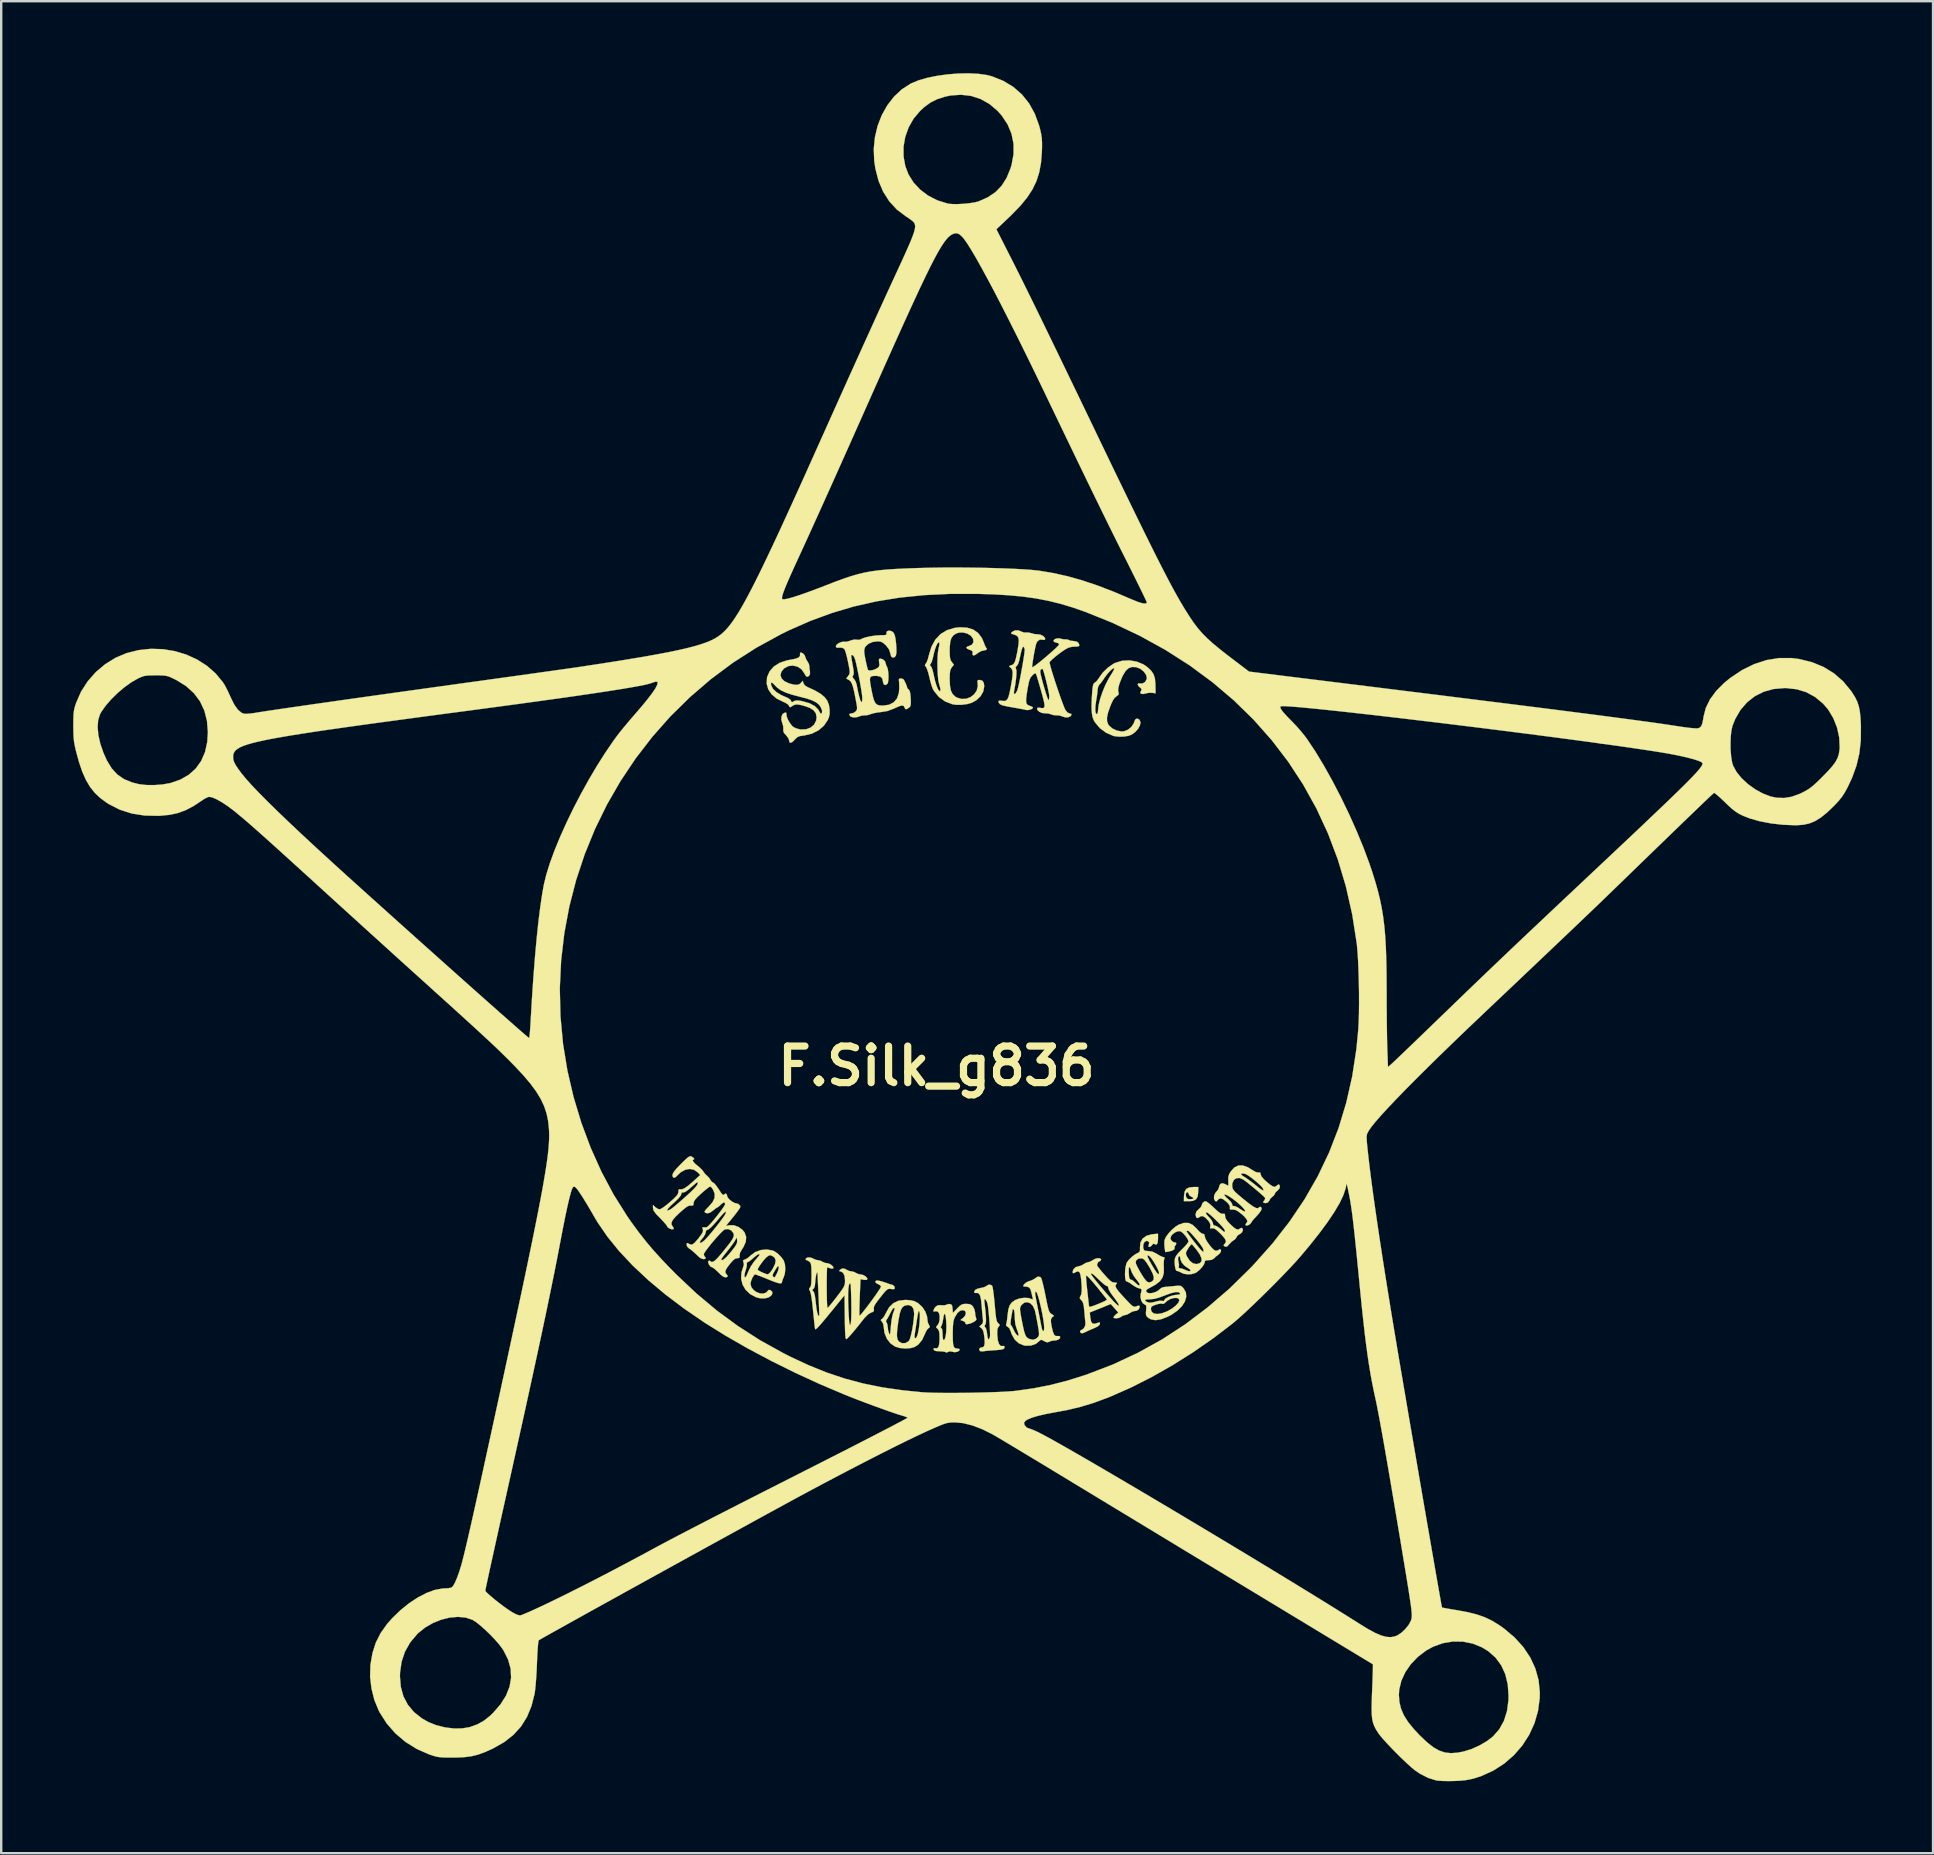
<source format=kicad_pcb>
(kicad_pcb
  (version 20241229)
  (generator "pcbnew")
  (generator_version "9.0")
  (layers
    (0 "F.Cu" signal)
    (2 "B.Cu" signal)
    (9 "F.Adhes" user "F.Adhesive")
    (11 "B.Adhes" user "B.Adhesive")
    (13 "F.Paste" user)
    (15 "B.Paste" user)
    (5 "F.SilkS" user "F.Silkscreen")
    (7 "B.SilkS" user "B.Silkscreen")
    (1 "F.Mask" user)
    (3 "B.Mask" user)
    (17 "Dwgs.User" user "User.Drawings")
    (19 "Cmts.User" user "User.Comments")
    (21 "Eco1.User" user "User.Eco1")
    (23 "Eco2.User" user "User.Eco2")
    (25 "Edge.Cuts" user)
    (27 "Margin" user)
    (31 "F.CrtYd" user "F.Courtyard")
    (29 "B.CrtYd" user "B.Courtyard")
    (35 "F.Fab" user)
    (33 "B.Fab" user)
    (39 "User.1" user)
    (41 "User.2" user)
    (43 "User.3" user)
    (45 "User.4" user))
  (footprint "F.Silk_g836"
    (layer "F.Cu")
    (at 35.963 41.362)
    (property "Reference" "F.Silk_g836" (at 0 0 0) (layer "F.SilkS") (effects (font (size 1.524 1.524) (thickness 0.3))))
    (attr through_hole)
    (fp_poly (pts (xy 10.904 5.245) (xy 10.881 5.432) (xy 10.813 5.551) (xy 10.69 5.614) (xy 10.523 5.63) (xy 10.307 5.63) (xy 10.311 5.412) (xy 10.316 5.378) (xy 10.386 5.378) (xy 10.396 5.438) (xy 10.431 5.514) (xy 10.503 5.543) (xy 10.567 5.546) (xy 10.663 5.536) (xy 10.71 5.512) (xy 10.71 5.508) (xy 10.675 5.469) (xy 10.623 5.448) (xy 10.541 5.391) (xy 10.512 5.337) (xy 10.479 5.267) (xy 10.454 5.249) (xy 10.399 5.284) (xy 10.386 5.378) (xy 10.316 5.378) (xy 10.336 5.231) (xy 10.409 5.115) (xy 10.54 5.053) (xy 10.708 5.038) (xy 10.908 5.038) (xy 10.904 5.245)) (stroke (width 0.01) (type solid)) (fill yes) (layer "F.SilkS"))
    (fp_poly (pts (xy 11.269 5.658) (xy 11.368 5.733) (xy 11.492 5.841) (xy 11.558 5.903) (xy 11.704 6.039) (xy 11.808 6.119) (xy 11.882 6.153) (xy 11.932 6.152) (xy 11.996 6.148) (xy 12.02 6.196) (xy 12.023 6.251) (xy 12.042 6.341) (xy 12.106 6.443) (xy 12.227 6.576) (xy 12.246 6.595) (xy 12.39 6.727) (xy 12.495 6.796) (xy 12.575 6.809) (xy 12.643 6.771) (xy 12.649 6.765) (xy 12.71 6.737) (xy 12.746 6.76) (xy 12.767 6.832) (xy 12.732 6.918) (xy 12.656 6.988) (xy 12.618 7.005) (xy 12.536 7.065) (xy 12.509 7.114) (xy 12.452 7.2) (xy 12.394 7.244) (xy 12.306 7.309) (xy 12.21 7.404) (xy 12.202 7.414) (xy 12.123 7.501) (xy 12.067 7.53) (xy 12.01 7.512) (xy 11.989 7.499) (xy 11.958 7.46) (xy 11.999 7.41) (xy 12.052 7.344) (xy 12.052 7.265) (xy 11.995 7.164) (xy 11.875 7.028) (xy 11.822 6.974) (xy 11.69 6.85) (xy 11.597 6.78) (xy 11.528 6.755) (xy 11.481 6.759) (xy 11.412 6.768) (xy 11.4 6.727) (xy 11.41 6.68) (xy 11.408 6.58) (xy 11.346 6.47) (xy 11.323 6.44) (xy 11.195 6.308) (xy 11.092 6.249) (xy 11.005 6.258) (xy 10.963 6.287) (xy 10.878 6.334) (xy 10.82 6.303) (xy 10.795 6.199) (xy 10.795 6.179) (xy 10.812 6.115) (xy 11.222 6.115) (xy 11.244 6.173) (xy 11.334 6.276) (xy 11.367 6.308) (xy 11.459 6.418) (xy 11.51 6.52) (xy 11.515 6.549) (xy 11.538 6.627) (xy 11.6 6.646) (xy 11.68 6.674) (xy 11.786 6.743) (xy 11.843 6.791) (xy 11.95 6.883) (xy 12.007 6.915) (xy 12.02 6.888) (xy 12.005 6.825) (xy 11.965 6.764) (xy 11.88 6.664) (xy 11.765 6.541) (xy 11.634 6.41) (xy 11.503 6.285) (xy 11.387 6.181) (xy 11.302 6.114) (xy 11.266 6.096) (xy 11.222 6.115) (xy 10.812 6.115) (xy 10.826 6.061) (xy 10.922 5.962) (xy 11.006 5.883) (xy 11.048 5.81) (xy 11.049 5.8) (xy 11.084 5.702) (xy 11.168 5.638) (xy 11.213 5.63) (xy 11.269 5.658)) (stroke (width 0.01) (type solid)) (fill yes) (layer "F.SilkS"))
    (fp_poly (pts (xy 2.269 9.117) (xy 2.32 9.155) (xy 2.338 9.213) (xy 2.36 9.34) (xy 2.384 9.522) (xy 2.408 9.743) (xy 2.425 9.924) (xy 2.448 10.19) (xy 2.469 10.385) (xy 2.488 10.521) (xy 2.51 10.612) (xy 2.535 10.669) (xy 2.567 10.706) (xy 2.573 10.712) (xy 2.632 10.769) (xy 2.627 10.814) (xy 2.591 10.853) (xy 2.551 10.915) (xy 2.533 11.015) (xy 2.532 11.172) (xy 2.533 11.208) (xy 2.557 11.43) (xy 2.606 11.582) (xy 2.677 11.659) (xy 2.754 11.662) (xy 2.822 11.661) (xy 2.836 11.7) (xy 2.826 11.753) (xy 2.784 11.789) (xy 2.696 11.812) (xy 2.546 11.828) (xy 2.423 11.836) (xy 2.245 11.849) (xy 2.085 11.863) (xy 1.975 11.878) (xy 1.968 11.879) (xy 1.869 11.886) (xy 1.81 11.871) (xy 1.778 11.798) (xy 1.809 11.74) (xy 1.857 11.726) (xy 1.941 11.709) (xy 1.99 11.649) (xy 2.009 11.534) (xy 2 11.352) (xy 1.995 11.305) (xy 1.97 11.124) (xy 1.937 11.008) (xy 1.889 10.936) (xy 1.873 10.922) (xy 1.785 10.85) (xy 1.87 10.777) (xy 1.925 10.71) (xy 1.94 10.62) (xy 1.932 10.527) (xy 1.918 10.404) (xy 1.901 10.227) (xy 1.885 10.029) (xy 1.88 9.956) (xy 1.856 9.733) (xy 1.992 9.733) (xy 1.997 9.821) (xy 2.004 9.886) (xy 2.038 10.192) (xy 2.058 10.423) (xy 2.064 10.591) (xy 2.057 10.702) (xy 2.036 10.768) (xy 2.029 10.778) (xy 1.995 10.837) (xy 2.03 10.878) (xy 2.031 10.879) (xy 2.067 10.939) (xy 2.096 11.057) (xy 2.108 11.151) (xy 2.128 11.299) (xy 2.156 11.375) (xy 2.189 11.374) (xy 2.223 11.294) (xy 2.226 11.281) (xy 2.232 11.204) (xy 2.229 11.062) (xy 2.221 10.873) (xy 2.207 10.658) (xy 2.19 10.434) (xy 2.17 10.221) (xy 2.15 10.038) (xy 2.132 9.918) (xy 2.096 9.806) (xy 2.043 9.729) (xy 2.007 9.707) (xy 1.992 9.733) (xy 1.856 9.733) (xy 1.855 9.723) (xy 1.819 9.566) (xy 1.767 9.477) (xy 1.695 9.448) (xy 1.645 9.454) (xy 1.581 9.447) (xy 1.57 9.397) (xy 1.614 9.327) (xy 1.628 9.315) (xy 1.709 9.276) (xy 1.83 9.245) (xy 1.86 9.241) (xy 1.981 9.212) (xy 2.067 9.171) (xy 2.079 9.16) (xy 2.168 9.107) (xy 2.269 9.117)) (stroke (width 0.01) (type solid)) (fill yes) (layer "F.SilkS"))
    (fp_poly (pts (xy -1.223 9.744) (xy -1.042 9.762) (xy -0.909 9.798) (xy -0.786 9.865) (xy -0.753 9.887) (xy -0.588 10.04) (xy -0.462 10.234) (xy -0.391 10.439) (xy -0.381 10.541) (xy -0.363 10.671) (xy -0.319 10.78) (xy -0.317 10.784) (xy -0.276 10.854) (xy -0.294 10.895) (xy -0.333 10.919) (xy -0.395 10.984) (xy -0.457 11.097) (xy -0.482 11.16) (xy -0.598 11.408) (xy -0.753 11.597) (xy -0.904 11.699) (xy -1.085 11.751) (xy -1.307 11.766) (xy -1.532 11.744) (xy -1.719 11.688) (xy -1.915 11.555) (xy -2.066 11.361) (xy -2.11 11.254) (xy -1.647 11.254) (xy -1.63 11.361) (xy -1.595 11.438) (xy -1.564 11.475) (xy -1.443 11.543) (xy -1.305 11.542) (xy -1.18 11.476) (xy -1.137 11.43) (xy -1.099 11.342) (xy -1.09 11.312) (xy -0.914 11.312) (xy -0.882 11.344) (xy -0.833 11.299) (xy -0.803 11.235) (xy -0.766 11.11) (xy -0.736 10.952) (xy -0.713 10.776) (xy -0.699 10.599) (xy -0.693 10.437) (xy -0.697 10.307) (xy -0.711 10.225) (xy -0.738 10.208) (xy -0.744 10.213) (xy -0.76 10.262) (xy -0.783 10.376) (xy -0.81 10.535) (xy -0.827 10.653) (xy -0.856 10.848) (xy -0.883 11.027) (xy -0.904 11.163) (xy -0.912 11.208) (xy -0.914 11.312) (xy -1.09 11.312) (xy -1.057 11.192) (xy -1.015 10.999) (xy -0.979 10.786) (xy -0.95 10.573) (xy -0.934 10.381) (xy -0.931 10.297) (xy -0.957 10.117) (xy -1.034 10.003) (xy -1.159 9.956) (xy -1.217 9.957) (xy -1.329 9.982) (xy -1.415 10.043) (xy -1.481 10.153) (xy -1.533 10.321) (xy -1.578 10.561) (xy -1.587 10.615) (xy -1.625 10.893) (xy -1.645 11.102) (xy -1.647 11.254) (xy -2.11 11.254) (xy -2.165 11.122) (xy -2.201 10.856) (xy -2.201 10.851) (xy -2.223 10.732) (xy -2.272 10.645) (xy -2.284 10.631) (xy -2.107 10.631) (xy -2.081 10.678) (xy -2.047 10.753) (xy -2.032 10.863) (xy -2.032 10.864) (xy -2.015 11.005) (xy -1.981 11.12) (xy -1.957 11.169) (xy -1.939 11.173) (xy -1.926 11.122) (xy -1.914 11.005) (xy -1.903 10.858) (xy -1.882 10.661) (xy -1.851 10.471) (xy -1.816 10.323) (xy -1.806 10.292) (xy -1.759 10.168) (xy -1.741 10.104) (xy -1.747 10.079) (xy -1.776 10.075) (xy -1.78 10.075) (xy -1.821 10.111) (xy -1.879 10.202) (xy -1.921 10.285) (xy -1.987 10.417) (xy -2.048 10.524) (xy -2.074 10.562) (xy -2.107 10.631) (xy -2.284 10.631) (xy -2.32 10.588) (xy -2.303 10.553) (xy -2.269 10.533) (xy -2.21 10.471) (xy -2.142 10.36) (xy -2.111 10.294) (xy -1.972 10.047) (xy -1.795 9.875) (xy -1.575 9.774) (xy -1.306 9.742) (xy -1.223 9.744)) (stroke (width 0.01) (type solid)) (fill yes) (layer "F.SilkS"))
    (fp_poly (pts (xy 1.374 9.916) (xy 1.461 9.955) (xy 1.521 10.018) (xy 1.587 10.15) (xy 1.609 10.274) (xy 1.621 10.398) (xy 1.65 10.496) (xy 1.65 10.498) (xy 1.665 10.556) (xy 1.627 10.608) (xy 1.542 10.664) (xy 1.434 10.715) (xy 1.327 10.745) (xy 1.242 10.753) (xy 1.201 10.734) (xy 1.207 10.71) (xy 1.191 10.668) (xy 1.118 10.624) (xy 1.116 10.623) (xy 0.999 10.579) (xy 1.117 10.484) (xy 1.201 10.385) (xy 1.225 10.285) (xy 1.19 10.204) (xy 1.108 10.167) (xy 0.984 10.191) (xy 0.866 10.294) (xy 0.76 10.471) (xy 0.757 10.477) (xy 0.721 10.575) (xy 0.698 10.694) (xy 0.684 10.853) (xy 0.679 11.072) (xy 0.678 11.157) (xy 0.681 11.398) (xy 0.691 11.566) (xy 0.714 11.675) (xy 0.753 11.737) (xy 0.813 11.764) (xy 0.876 11.769) (xy 0.957 11.787) (xy 0.964 11.833) (xy 0.895 11.893) (xy 0.886 11.897) (xy 0.759 11.921) (xy 0.68 11.903) (xy 0.568 11.884) (xy 0.504 11.899) (xy 0.424 11.935) (xy 0.371 11.914) (xy 0.369 11.912) (xy 0.316 11.897) (xy 0.206 11.885) (xy 0.12 11.881) (xy -0.018 11.871) (xy -0.091 11.846) (xy -0.119 11.801) (xy -0.111 11.748) (xy -0.066 11.752) (xy 0.021 11.76) (xy 0.081 11.702) (xy 0.115 11.572) (xy 0.127 11.365) (xy 0.127 11.347) (xy 0.123 11.17) (xy 0.109 11.057) (xy 0.08 10.985) (xy 0.046 10.946) (xy -0.009 10.889) (xy -0.009 10.886) (xy 0.17 10.886) (xy 0.201 10.911) (xy 0.235 10.966) (xy 0.252 11.099) (xy 0.254 11.183) (xy 0.264 11.34) (xy 0.29 11.415) (xy 0.325 11.41) (xy 0.363 11.324) (xy 0.395 11.172) (xy 0.409 11.018) (xy 0.413 10.838) (xy 0.406 10.655) (xy 0.391 10.491) (xy 0.369 10.371) (xy 0.347 10.32) (xy 0.321 10.336) (xy 0.296 10.423) (xy 0.28 10.525) (xy 0.256 10.67) (xy 0.223 10.785) (xy 0.2 10.831) (xy 0.17 10.886) (xy -0.009 10.886) (xy -0.004 10.845) (xy 0.046 10.792) (xy 0.101 10.697) (xy 0.129 10.566) (xy 0.132 10.427) (xy 0.109 10.306) (xy 0.06 10.232) (xy 0.043 10.224) (xy -0.045 10.213) (xy -0.084 10.223) (xy -0.123 10.227) (xy -0.125 10.181) (xy -0.097 10.108) (xy -0.043 10.034) (xy -0.038 10.028) (xy 0.05 9.967) (xy 0.16 9.958) (xy 0.203 9.963) (xy 0.318 9.968) (xy 0.401 9.948) (xy 0.408 9.944) (xy 0.49 9.914) (xy 0.559 9.913) (xy 0.623 9.936) (xy 0.655 9.998) (xy 0.669 10.105) (xy 0.682 10.284) (xy 0.863 10.095) (xy 0.972 9.988) (xy 1.057 9.931) (xy 1.15 9.909) (xy 1.239 9.906) (xy 1.374 9.916)) (stroke (width 0.01) (type solid)) (fill yes) (layer "F.SilkS"))
    (fp_poly (pts (xy 8.344 -16.85) (xy 8.625 -16.733) (xy 8.8 -16.61) (xy 8.95 -16.464) (xy 9.046 -16.318) (xy 9.099 -16.147) (xy 9.121 -15.924) (xy 9.122 -15.86) (xy 9.127 -15.528) (xy 8.989 -15.55) (xy 8.85 -15.552) (xy 8.729 -15.526) (xy 8.619 -15.501) (xy 8.535 -15.507) (xy 8.489 -15.54) (xy 8.504 -15.597) (xy 8.518 -15.62) (xy 8.547 -15.69) (xy 8.514 -15.743) (xy 8.477 -15.771) (xy 8.404 -15.843) (xy 8.381 -15.907) (xy 8.41 -15.943) (xy 8.469 -15.938) (xy 8.587 -15.939) (xy 8.691 -16.004) (xy 8.754 -16.113) (xy 8.763 -16.177) (xy 8.725 -16.313) (xy 8.625 -16.446) (xy 8.485 -16.554) (xy 8.324 -16.617) (xy 8.317 -16.619) (xy 8.146 -16.627) (xy 8.004 -16.578) (xy 7.88 -16.462) (xy 7.765 -16.273) (xy 7.709 -16.151) (xy 7.62 -15.924) (xy 7.574 -15.754) (xy 7.567 -15.625) (xy 7.591 -15.536) (xy 7.582 -15.47) (xy 7.498 -15.404) (xy 7.424 -15.343) (xy 7.354 -15.242) (xy 7.278 -15.083) (xy 7.237 -14.98) (xy 7.146 -14.722) (xy 7.103 -14.519) (xy 7.107 -14.36) (xy 7.157 -14.23) (xy 7.181 -14.194) (xy 7.318 -14.07) (xy 7.502 -13.981) (xy 7.697 -13.94) (xy 7.812 -13.946) (xy 7.979 -14.013) (xy 8.123 -14.134) (xy 8.22 -14.284) (xy 8.24 -14.348) (xy 8.288 -14.449) (xy 8.365 -14.479) (xy 8.452 -14.431) (xy 8.465 -14.416) (xy 8.5 -14.314) (xy 8.473 -14.186) (xy 8.397 -14.049) (xy 8.283 -13.921) (xy 8.144 -13.817) (xy 8.012 -13.761) (xy 7.824 -13.729) (xy 7.613 -13.722) (xy 7.422 -13.742) (xy 7.366 -13.756) (xy 7.064 -13.887) (xy 6.804 -14.08) (xy 6.602 -14.322) (xy 6.551 -14.409) (xy 6.5 -14.546) (xy 6.47 -14.733) (xy 6.465 -14.842) (xy 6.616 -14.842) (xy 6.628 -14.725) (xy 6.659 -14.667) (xy 6.69 -14.669) (xy 6.719 -14.725) (xy 6.732 -14.826) (xy 6.732 -14.83) (xy 6.756 -15.043) (xy 6.82 -15.302) (xy 6.915 -15.586) (xy 7.034 -15.871) (xy 7.169 -16.135) (xy 7.24 -16.253) (xy 7.323 -16.386) (xy 7.382 -16.493) (xy 7.408 -16.554) (xy 7.408 -16.557) (xy 7.385 -16.576) (xy 7.323 -16.542) (xy 7.236 -16.465) (xy 7.137 -16.358) (xy 7.04 -16.235) (xy 7.004 -16.182) (xy 6.915 -16.05) (xy 6.834 -15.944) (xy 6.783 -15.887) (xy 6.739 -15.813) (xy 6.714 -15.698) (xy 6.713 -15.676) (xy 6.702 -15.553) (xy 6.679 -15.383) (xy 6.649 -15.202) (xy 6.648 -15.196) (xy 6.622 -15.004) (xy 6.616 -14.842) (xy 6.465 -14.842) (xy 6.459 -14.978) (xy 6.467 -15.29) (xy 6.49 -15.621) (xy 6.508 -15.792) (xy 6.531 -15.897) (xy 6.565 -15.954) (xy 6.597 -15.974) (xy 6.668 -16.032) (xy 6.746 -16.134) (xy 6.768 -16.17) (xy 6.928 -16.393) (xy 7.141 -16.6) (xy 7.374 -16.761) (xy 7.445 -16.797) (xy 7.733 -16.885) (xy 8.039 -16.902) (xy 8.344 -16.85)) (stroke (width 0.01) (type solid)) (fill yes) (layer "F.SilkS"))
    (fp_poly (pts (xy -6.835 7.681) (xy -6.752 7.715) (xy -6.612 7.812) (xy -6.472 7.951) (xy -6.366 8.096) (xy -6.361 8.106) (xy -6.312 8.266) (xy -6.298 8.464) (xy -6.32 8.66) (xy -6.365 8.794) (xy -6.412 8.903) (xy -6.434 8.988) (xy -6.435 8.994) (xy -6.45 9.039) (xy -6.503 9.054) (xy -6.602 9.037) (xy -6.755 8.987) (xy -6.973 8.901) (xy -7.051 8.869) (xy -7.235 8.794) (xy -7.392 8.732) (xy -7.435 8.717) (xy -6.83 8.717) (xy -6.818 8.76) (xy -6.808 8.768) (xy -6.753 8.8) (xy -6.742 8.805) (xy -6.719 8.771) (xy -6.672 8.685) (xy -6.645 8.633) (xy -6.593 8.507) (xy -6.569 8.397) (xy -6.57 8.368) (xy -6.584 8.33) (xy -6.615 8.345) (xy -6.672 8.422) (xy -6.724 8.504) (xy -6.8 8.637) (xy -6.83 8.717) (xy -7.435 8.717) (xy -7.505 8.692) (xy -7.555 8.678) (xy -7.605 8.715) (xy -7.662 8.805) (xy -7.713 8.92) (xy -7.744 9.033) (xy -7.747 9.073) (xy -7.713 9.208) (xy -7.623 9.325) (xy -7.497 9.416) (xy -7.355 9.47) (xy -7.215 9.479) (xy -7.097 9.436) (xy -7.05 9.388) (xy -6.989 9.324) (xy -6.928 9.33) (xy -6.913 9.338) (xy -6.838 9.409) (xy -6.84 9.489) (xy -6.89 9.565) (xy -7 9.64) (xy -7.16 9.678) (xy -7.345 9.674) (xy -7.509 9.634) (xy -7.76 9.502) (xy -7.952 9.319) (xy -8.081 9.098) (xy -8.139 8.85) (xy -8.131 8.726) (xy -8.001 8.726) (xy -7.989 8.798) (xy -7.956 8.794) (xy -7.906 8.72) (xy -7.846 8.581) (xy -7.836 8.555) (xy -7.8 8.479) (xy -7.451 8.479) (xy -7.415 8.514) (xy -7.327 8.564) (xy -7.215 8.616) (xy -7.105 8.658) (xy -7.027 8.675) (xy -6.973 8.643) (xy -6.897 8.556) (xy -6.823 8.445) (xy -6.727 8.251) (xy -6.699 8.102) (xy -6.738 7.989) (xy -6.824 7.919) (xy -6.909 7.88) (xy -6.976 7.889) (xy -7.057 7.942) (xy -7.134 8.014) (xy -7.227 8.124) (xy -7.321 8.25) (xy -7.4 8.367) (xy -7.445 8.455) (xy -7.451 8.479) (xy -7.8 8.479) (xy -7.735 8.345) (xy -7.596 8.141) (xy -7.555 8.093) (xy -7.46 7.983) (xy -7.391 7.898) (xy -7.366 7.857) (xy -7.393 7.83) (xy -7.468 7.864) (xy -7.587 7.957) (xy -7.636 8.001) (xy -7.744 8.092) (xy -7.832 8.154) (xy -7.873 8.17) (xy -7.906 8.201) (xy -7.901 8.233) (xy -7.9 8.31) (xy -7.925 8.426) (xy -7.939 8.471) (xy -7.978 8.599) (xy -7.999 8.704) (xy -8.001 8.726) (xy -8.131 8.726) (xy -8.122 8.588) (xy -8.066 8.413) (xy -8.025 8.283) (xy -8.034 8.19) (xy -8.043 8.17) (xy -8.063 8.105) (xy -8.018 8.071) (xy -7.986 8.062) (xy -7.895 8.017) (xy -7.786 7.932) (xy -7.742 7.89) (xy -7.551 7.749) (xy -7.319 7.664) (xy -7.072 7.64) (xy -6.835 7.681)) (stroke (width 0.01) (type solid)) (fill yes) (layer "F.SilkS"))
    (fp_poly (pts (xy 1.266 -18.266) (xy 1.527 -18.187) (xy 1.737 -18.04) (xy 1.894 -17.828) (xy 1.968 -17.655) (xy 2.015 -17.53) (xy 2.058 -17.442) (xy 2.078 -17.418) (xy 2.104 -17.374) (xy 2.063 -17.335) (xy 1.976 -17.315) (xy 1.962 -17.314) (xy 1.858 -17.287) (xy 1.744 -17.222) (xy 1.728 -17.209) (xy 1.611 -17.126) (xy 1.532 -17.105) (xy 1.498 -17.144) (xy 1.504 -17.199) (xy 1.507 -17.27) (xy 1.457 -17.313) (xy 1.391 -17.337) (xy 1.279 -17.385) (xy 1.243 -17.435) (xy 1.287 -17.479) (xy 1.351 -17.498) (xy 1.478 -17.556) (xy 1.54 -17.66) (xy 1.527 -17.793) (xy 1.526 -17.796) (xy 1.435 -17.925) (xy 1.29 -18.016) (xy 1.115 -18.063) (xy 0.934 -18.058) (xy 0.812 -18.017) (xy 0.697 -17.937) (xy 0.619 -17.826) (xy 0.573 -17.671) (xy 0.553 -17.454) (xy 0.55 -17.322) (xy 0.553 -17.13) (xy 0.565 -17.001) (xy 0.59 -16.912) (xy 0.631 -16.842) (xy 0.638 -16.833) (xy 0.726 -16.722) (xy 0.638 -16.61) (xy 0.595 -16.542) (xy 0.568 -16.459) (xy 0.555 -16.338) (xy 0.55 -16.159) (xy 0.55 -16.113) (xy 0.562 -15.844) (xy 0.601 -15.643) (xy 0.672 -15.498) (xy 0.781 -15.393) (xy 0.847 -15.354) (xy 1.042 -15.294) (xy 1.238 -15.303) (xy 1.419 -15.371) (xy 1.57 -15.488) (xy 1.676 -15.644) (xy 1.721 -15.828) (xy 1.716 -15.928) (xy 1.706 -16.032) (xy 1.725 -16.077) (xy 1.784 -16.087) (xy 1.79 -16.087) (xy 1.906 -16.059) (xy 1.97 -15.97) (xy 1.99 -15.822) (xy 1.949 -15.605) (xy 1.835 -15.406) (xy 1.658 -15.239) (xy 1.471 -15.136) (xy 1.28 -15.081) (xy 1.05 -15.051) (xy 0.823 -15.05) (xy 0.666 -15.072) (xy 0.362 -15.189) (xy 0.105 -15.373) (xy -0.097 -15.617) (xy -0.15 -15.709) (xy -0.19 -15.81) (xy -0.237 -15.966) (xy -0.284 -16.147) (xy -0.295 -16.198) (xy -0.339 -16.372) (xy -0.386 -16.519) (xy -0.428 -16.615) (xy -0.44 -16.632) (xy -0.484 -16.695) (xy -0.481 -16.701) (xy -0.278 -16.701) (xy -0.252 -16.672) (xy -0.242 -16.668) (xy -0.206 -16.616) (xy -0.164 -16.498) (xy -0.122 -16.328) (xy -0.113 -16.282) (xy -0.062 -16.057) (xy -0.004 -15.865) (xy 0.053 -15.72) (xy 0.107 -15.636) (xy 0.135 -15.621) (xy 0.167 -15.655) (xy 0.169 -15.674) (xy 0.157 -15.743) (xy 0.127 -15.86) (xy 0.104 -15.938) (xy 0.075 -16.083) (xy 0.055 -16.287) (xy 0.043 -16.529) (xy 0.039 -16.783) (xy 0.045 -17.026) (xy 0.06 -17.234) (xy 0.083 -17.378) (xy 0.117 -17.532) (xy 0.123 -17.619) (xy 0.102 -17.652) (xy 0.093 -17.653) (xy 0.046 -17.614) (xy -0.008 -17.511) (xy -0.063 -17.36) (xy -0.112 -17.181) (xy -0.13 -17.097) (xy -0.166 -16.945) (xy -0.207 -16.821) (xy -0.241 -16.759) (xy -0.278 -16.701) (xy -0.481 -16.701) (xy -0.464 -16.746) (xy -0.441 -16.77) (xy -0.399 -16.844) (xy -0.354 -16.972) (xy -0.318 -17.112) (xy -0.209 -17.472) (xy -0.047 -17.767) (xy 0.168 -17.996) (xy 0.436 -18.159) (xy 0.755 -18.255) (xy 0.954 -18.279) (xy 1.266 -18.266)) (stroke (width 0.01) (type solid)) (fill yes) (layer "F.SilkS"))
    (fp_poly (pts (xy 10.492 6.533) (xy 10.666 6.611) (xy 10.836 6.769) (xy 10.871 6.811) (xy 10.967 6.912) (xy 11.055 6.974) (xy 11.093 6.985) (xy 11.158 7.01) (xy 11.176 7.094) (xy 11.204 7.187) (xy 11.274 7.314) (xy 11.371 7.452) (xy 11.475 7.576) (xy 11.57 7.664) (xy 11.614 7.688) (xy 11.701 7.688) (xy 11.739 7.667) (xy 11.809 7.622) (xy 11.848 7.656) (xy 11.853 7.704) (xy 11.82 7.783) (xy 11.74 7.86) (xy 11.737 7.862) (xy 11.636 7.938) (xy 11.565 8.011) (xy 11.469 8.071) (xy 11.343 8.086) (xy 11.233 8.093) (xy 11.185 8.123) (xy 11.176 8.169) (xy 11.145 8.259) (xy 11.065 8.375) (xy 10.956 8.493) (xy 10.839 8.588) (xy 10.791 8.617) (xy 10.642 8.664) (xy 10.469 8.676) (xy 10.307 8.654) (xy 10.211 8.612) (xy 10.11 8.559) (xy 10.037 8.54) (xy 9.989 8.521) (xy 9.958 8.459) (xy 9.935 8.336) (xy 9.93 8.29) (xy 9.919 8.139) (xy 9.93 8.04) (xy 10.062 8.04) (xy 10.079 8.15) (xy 10.084 8.165) (xy 10.103 8.275) (xy 10.095 8.345) (xy 10.095 8.409) (xy 10.152 8.424) (xy 10.248 8.444) (xy 10.356 8.488) (xy 10.485 8.541) (xy 10.563 8.544) (xy 10.583 8.51) (xy 10.549 8.464) (xy 10.467 8.409) (xy 10.46 8.405) (xy 10.321 8.305) (xy 10.215 8.177) (xy 10.162 8.046) (xy 10.16 8.016) (xy 10.146 7.94) (xy 10.121 7.916) (xy 10.078 7.952) (xy 10.062 8.04) (xy 9.93 8.04) (xy 9.932 8.021) (xy 9.978 7.913) (xy 10.068 7.797) (xy 10.08 7.784) (xy 10.391 7.784) (xy 10.4 7.852) (xy 10.438 7.937) (xy 10.551 8.111) (xy 10.687 8.217) (xy 10.835 8.249) (xy 10.967 8.211) (xy 11.04 8.131) (xy 11.041 8.009) (xy 10.969 7.846) (xy 10.855 7.68) (xy 10.758 7.558) (xy 10.68 7.466) (xy 10.635 7.421) (xy 10.633 7.419) (xy 10.596 7.446) (xy 10.533 7.525) (xy 10.485 7.597) (xy 10.417 7.71) (xy 10.391 7.784) (xy 10.08 7.784) (xy 10.21 7.65) (xy 10.25 7.612) (xy 10.366 7.492) (xy 10.453 7.386) (xy 10.496 7.313) (xy 10.499 7.301) (xy 10.47 7.218) (xy 10.398 7.106) (xy 10.305 6.995) (xy 10.213 6.909) (xy 10.165 6.882) (xy 10.414 6.882) (xy 10.439 6.922) (xy 10.506 7.016) (xy 10.607 7.15) (xy 10.731 7.312) (xy 10.763 7.353) (xy 10.91 7.535) (xy 11.022 7.663) (xy 11.096 7.731) (xy 11.126 7.734) (xy 11.126 7.734) (xy 11.118 7.644) (xy 11.094 7.583) (xy 11.03 7.482) (xy 10.935 7.353) (xy 10.823 7.213) (xy 10.706 7.077) (xy 10.6 6.961) (xy 10.518 6.883) (xy 10.477 6.858) (xy 10.421 6.871) (xy 10.414 6.882) (xy 10.165 6.882) (xy 10.16 6.879) (xy 10.052 6.882) (xy 9.927 6.936) (xy 9.819 7.023) (xy 9.77 7.093) (xy 9.746 7.185) (xy 9.784 7.263) (xy 9.801 7.283) (xy 9.877 7.339) (xy 9.935 7.348) (xy 9.98 7.357) (xy 9.988 7.408) (xy 9.959 7.464) (xy 9.945 7.474) (xy 9.917 7.532) (xy 9.922 7.558) (xy 9.912 7.631) (xy 9.82 7.688) (xy 9.687 7.722) (xy 9.531 7.75) (xy 9.502 7.562) (xy 9.491 7.412) (xy 9.498 7.273) (xy 9.503 7.244) (xy 9.559 7.117) (xy 9.668 6.968) (xy 9.808 6.818) (xy 9.96 6.688) (xy 10.09 6.607) (xy 10.303 6.533) (xy 10.492 6.533)) (stroke (width 0.01) (type solid)) (fill yes) (layer "F.SilkS"))
    (fp_poly (pts (xy -5.566 -17.195) (xy -5.492 -17.116) (xy -5.461 -17.032) (xy -5.436 -16.956) (xy -5.376 -16.86) (xy -5.374 -16.858) (xy -5.316 -16.755) (xy -5.296 -16.661) (xy -5.296 -16.661) (xy -5.291 -16.553) (xy -5.272 -16.457) (xy -5.268 -16.34) (xy -5.312 -16.251) (xy -5.39 -16.215) (xy -5.392 -16.215) (xy -5.438 -16.25) (xy -5.495 -16.338) (xy -5.513 -16.374) (xy -5.628 -16.534) (xy -5.789 -16.639) (xy -5.974 -16.684) (xy -6.163 -16.665) (xy -6.334 -16.578) (xy -6.356 -16.559) (xy -6.467 -16.419) (xy -6.498 -16.278) (xy -6.451 -16.146) (xy -6.331 -16.031) (xy -6.141 -15.943) (xy -6.124 -15.938) (xy -5.937 -15.89) (xy -5.807 -15.88) (xy -5.713 -15.908) (xy -5.648 -15.964) (xy -5.568 -16.052) (xy -5.545 -15.953) (xy -5.483 -15.858) (xy -5.375 -15.791) (xy -5.066 -15.648) (xy -4.832 -15.512) (xy -4.662 -15.372) (xy -4.548 -15.22) (xy -4.481 -15.047) (xy -4.453 -14.862) (xy -4.451 -14.68) (xy -4.479 -14.535) (xy -4.528 -14.419) (xy -4.689 -14.18) (xy -4.913 -13.988) (xy -5.187 -13.85) (xy -5.498 -13.775) (xy -5.538 -13.77) (xy -5.688 -13.748) (xy -5.787 -13.709) (xy -5.869 -13.638) (xy -5.898 -13.604) (xy -6.003 -13.501) (xy -6.082 -13.466) (xy -6.129 -13.5) (xy -6.138 -13.56) (xy -6.168 -13.651) (xy -6.242 -13.755) (xy -6.268 -13.782) (xy -6.355 -13.883) (xy -6.384 -13.975) (xy -6.38 -14.034) (xy -6.386 -14.162) (xy -6.425 -14.294) (xy -6.426 -14.296) (xy -6.464 -14.435) (xy -6.455 -14.569) (xy -6.405 -14.674) (xy -6.32 -14.724) (xy -6.254 -14.718) (xy -6.248 -14.663) (xy -6.249 -14.66) (xy -6.24 -14.565) (xy -6.19 -14.435) (xy -6.111 -14.297) (xy -6.021 -14.179) (xy -5.963 -14.127) (xy -5.851 -14.071) (xy -5.704 -14.031) (xy -5.655 -14.023) (xy -5.43 -14.031) (xy -5.24 -14.103) (xy -5.096 -14.228) (xy -5.012 -14.398) (xy -4.995 -14.532) (xy -5.025 -14.694) (xy -5.12 -14.823) (xy -5.286 -14.926) (xy -5.447 -14.985) (xy -5.649 -15.042) (xy -5.793 -15.066) (xy -5.897 -15.057) (xy -5.98 -15.018) (xy -5.993 -15.009) (xy -6.078 -14.954) (xy -6.124 -14.96) (xy -6.148 -15.018) (xy -6.198 -15.075) (xy -6.306 -15.14) (xy -6.391 -15.177) (xy -6.663 -15.313) (xy -6.87 -15.49) (xy -7.009 -15.699) (xy -7.074 -15.931) (xy -7.074 -15.937) (xy -6.897 -15.937) (xy -6.882 -15.852) (xy -6.809 -15.713) (xy -6.666 -15.578) (xy -6.468 -15.457) (xy -6.334 -15.398) (xy -6.189 -15.333) (xy -6.092 -15.268) (xy -6.064 -15.229) (xy -6.041 -15.168) (xy -6.001 -15.165) (xy -5.931 -15.205) (xy -5.858 -15.23) (xy -5.749 -15.228) (xy -5.604 -15.204) (xy -5.3 -15.119) (xy -5.073 -15) (xy -4.923 -14.849) (xy -4.896 -14.802) (xy -4.841 -14.705) (xy -4.805 -14.677) (xy -4.775 -14.707) (xy -4.774 -14.708) (xy -4.765 -14.803) (xy -4.813 -14.934) (xy -4.89 -15.051) (xy -5.007 -15.148) (xy -5.173 -15.233) (xy -5.4 -15.312) (xy -5.694 -15.387) (xy -6.027 -15.474) (xy -6.288 -15.563) (xy -6.491 -15.661) (xy -6.646 -15.774) (xy -6.723 -15.852) (xy -6.823 -15.953) (xy -6.881 -15.982) (xy -6.897 -15.937) (xy -7.074 -15.937) (xy -7.06 -16.181) (xy -7.052 -16.216) (xy -6.949 -16.451) (xy -6.775 -16.646) (xy -6.536 -16.797) (xy -6.24 -16.899) (xy -6.073 -16.931) (xy -5.869 -16.97) (xy -5.743 -17.021) (xy -5.686 -17.087) (xy -5.687 -17.153) (xy -5.68 -17.217) (xy -5.651 -17.23) (xy -5.566 -17.195)) (stroke (width 0.01) (type solid)) (fill yes) (layer "F.SilkS"))
    (fp_poly (pts (xy 12.972 4.215) (xy 13.14 4.32) (xy 13.292 4.41) (xy 13.402 4.436) (xy 13.417 4.433) (xy 13.484 4.433) (xy 13.504 4.493) (xy 13.504 4.508) (xy 13.538 4.597) (xy 13.641 4.718) (xy 13.753 4.822) (xy 13.907 4.947) (xy 14.017 5.015) (xy 14.097 5.031) (xy 14.159 4.998) (xy 14.181 4.975) (xy 14.241 4.933) (xy 14.271 4.935) (xy 14.309 5) (xy 14.29 5.09) (xy 14.224 5.174) (xy 14.203 5.19) (xy 14.127 5.257) (xy 14.097 5.317) (xy 14.065 5.38) (xy 13.996 5.441) (xy 13.913 5.518) (xy 13.873 5.59) (xy 13.812 5.679) (xy 13.709 5.711) (xy 13.649 5.698) (xy 13.605 5.672) (xy 13.625 5.632) (xy 13.65 5.606) (xy 13.691 5.529) (xy 13.685 5.484) (xy 13.641 5.437) (xy 13.547 5.351) (xy 13.416 5.238) (xy 13.266 5.11) (xy 13.109 4.981) (xy 12.963 4.863) (xy 12.841 4.769) (xy 12.786 4.729) (xy 12.633 4.662) (xy 12.495 4.67) (xy 12.388 4.744) (xy 12.327 4.877) (xy 12.319 4.959) (xy 12.322 5.036) (xy 12.339 5.103) (xy 12.378 5.17) (xy 12.449 5.249) (xy 12.562 5.352) (xy 12.726 5.49) (xy 12.843 5.585) (xy 13.05 5.749) (xy 13.205 5.857) (xy 13.316 5.913) (xy 13.392 5.922) (xy 13.439 5.887) (xy 13.441 5.884) (xy 13.488 5.859) (xy 13.534 5.895) (xy 13.547 5.947) (xy 13.515 6.026) (xy 13.428 6.146) (xy 13.294 6.295) (xy 13.254 6.335) (xy 13.167 6.436) (xy 13.105 6.531) (xy 13.049 6.593) (xy 12.973 6.634) (xy 12.903 6.645) (xy 12.87 6.614) (xy 12.869 6.609) (xy 12.9 6.549) (xy 12.912 6.54) (xy 12.954 6.474) (xy 12.919 6.377) (xy 12.806 6.249) (xy 12.711 6.165) (xy 12.568 6.055) (xy 12.464 5.996) (xy 12.376 5.977) (xy 12.337 5.979) (xy 12.248 5.981) (xy 12.22 5.949) (xy 12.225 5.898) (xy 12.214 5.814) (xy 12.144 5.716) (xy 12.08 5.654) (xy 11.94 5.545) (xy 11.833 5.509) (xy 11.751 5.544) (xy 11.718 5.586) (xy 11.664 5.641) (xy 11.612 5.623) (xy 11.562 5.532) (xy 11.564 5.41) (xy 11.588 5.353) (xy 11.99 5.353) (xy 12.003 5.393) (xy 12.068 5.467) (xy 12.14 5.531) (xy 12.245 5.634) (xy 12.309 5.727) (xy 12.319 5.765) (xy 12.34 5.828) (xy 12.379 5.828) (xy 12.443 5.839) (xy 12.549 5.89) (xy 12.643 5.951) (xy 12.773 6.033) (xy 12.846 6.058) (xy 12.862 6.034) (xy 12.822 5.965) (xy 12.727 5.857) (xy 12.632 5.767) (xy 12.467 5.626) (xy 12.306 5.505) (xy 12.164 5.412) (xy 12.056 5.358) (xy 11.994 5.35) (xy 11.99 5.353) (xy 11.588 5.353) (xy 11.616 5.287) (xy 11.663 5.232) (xy 11.736 5.14) (xy 11.769 5.052) (xy 11.769 5.049) (xy 11.799 4.951) (xy 11.833 4.91) (xy 11.889 4.882) (xy 11.963 4.892) (xy 12.075 4.943) (xy 12.15 4.983) (xy 12.159 4.953) (xy 12.16 4.861) (xy 12.156 4.782) (xy 12.156 4.627) (xy 12.191 4.505) (xy 12.202 4.486) (xy 12.697 4.486) (xy 12.702 4.531) (xy 12.781 4.59) (xy 12.789 4.594) (xy 12.885 4.653) (xy 13.022 4.75) (xy 13.18 4.87) (xy 13.267 4.939) (xy 13.437 5.074) (xy 13.55 5.154) (xy 13.611 5.181) (xy 13.623 5.158) (xy 13.592 5.085) (xy 13.591 5.083) (xy 13.528 5.004) (xy 13.415 4.895) (xy 13.274 4.774) (xy 13.124 4.656) (xy 12.987 4.559) (xy 12.884 4.499) (xy 12.87 4.494) (xy 12.756 4.47) (xy 12.697 4.486) (xy 12.202 4.486) (xy 12.254 4.397) (xy 12.401 4.23) (xy 12.569 4.144) (xy 12.759 4.139) (xy 12.972 4.215)) (stroke (width 0.01) (type solid)) (fill yes) (layer "F.SilkS"))
    (fp_poly (pts (xy 6.812 8.01) (xy 6.857 8.053) (xy 6.858 8.065) (xy 6.826 8.121) (xy 6.799 8.128) (xy 6.736 8.165) (xy 6.694 8.252) (xy 6.689 8.301) (xy 6.715 8.346) (xy 6.787 8.44) (xy 6.891 8.567) (xy 6.987 8.678) (xy 7.127 8.833) (xy 7.229 8.933) (xy 7.307 8.99) (xy 7.374 9.014) (xy 7.419 9.017) (xy 7.505 9.024) (xy 7.518 9.048) (xy 7.501 9.068) (xy 7.464 9.121) (xy 7.461 9.182) (xy 7.497 9.264) (xy 7.579 9.376) (xy 7.712 9.529) (xy 7.826 9.653) (xy 7.98 9.816) (xy 8.088 9.927) (xy 8.164 9.992) (xy 8.22 10.022) (xy 8.268 10.025) (xy 8.321 10.01) (xy 8.334 10.005) (xy 8.424 9.977) (xy 8.461 9.989) (xy 8.467 10.028) (xy 8.43 10.133) (xy 8.332 10.194) (xy 8.264 10.202) (xy 8.158 10.228) (xy 8.055 10.287) (xy 7.952 10.347) (xy 7.861 10.372) (xy 7.762 10.399) (xy 7.699 10.44) (xy 7.607 10.489) (xy 7.493 10.509) (xy 7.398 10.496) (xy 7.376 10.481) (xy 7.386 10.439) (xy 7.447 10.371) (xy 7.461 10.359) (xy 7.574 10.266) (xy 7.417 10.089) (xy 7.26 9.912) (xy 6.823 10.089) (xy 6.385 10.266) (xy 6.409 10.474) (xy 6.439 10.635) (xy 6.493 10.719) (xy 6.585 10.737) (xy 6.726 10.696) (xy 6.746 10.688) (xy 6.804 10.678) (xy 6.81 10.729) (xy 6.809 10.734) (xy 6.784 10.789) (xy 6.721 10.842) (xy 6.606 10.902) (xy 6.456 10.965) (xy 6.324 11.023) (xy 6.216 11.075) (xy 6.098 11.126) (xy 6.024 11.123) (xy 5.985 11.083) (xy 5.987 11.028) (xy 6.009 11.014) (xy 6.134 10.933) (xy 6.2 10.799) (xy 6.203 10.678) (xy 6.19 10.557) (xy 6.174 10.387) (xy 6.158 10.202) (xy 6.156 10.186) (xy 6.137 10.001) (xy 6.11 9.878) (xy 6.069 9.795) (xy 6.036 9.757) (xy 5.974 9.683) (xy 5.973 9.626) (xy 5.997 9.586) (xy 6.032 9.507) (xy 6.049 9.381) (xy 6.049 9.199) (xy 6.032 8.948) (xy 6.026 8.876) (xy 6.014 8.798) (xy 6.231 8.798) (xy 6.239 8.931) (xy 6.256 9.111) (xy 6.278 9.323) (xy 6.284 9.373) (xy 6.308 9.586) (xy 6.328 9.77) (xy 6.343 9.907) (xy 6.35 9.982) (xy 6.35 9.989) (xy 6.36 10.02) (xy 6.397 10.028) (xy 6.475 10.01) (xy 6.606 9.962) (xy 6.774 9.895) (xy 6.925 9.831) (xy 7.038 9.775) (xy 7.097 9.737) (xy 7.101 9.729) (xy 7.072 9.687) (xy 6.999 9.593) (xy 6.89 9.456) (xy 6.756 9.29) (xy 6.668 9.181) (xy 6.495 8.975) (xy 6.363 8.828) (xy 6.275 8.745) (xy 6.234 8.727) (xy 6.231 8.732) (xy 6.231 8.798) (xy 6.014 8.798) (xy 5.999 8.692) (xy 5.987 8.663) (xy 6.435 8.663) (xy 6.461 8.71) (xy 6.536 8.811) (xy 6.65 8.955) (xy 6.796 9.132) (xy 6.965 9.333) (xy 7.15 9.547) (xy 7.214 9.62) (xy 7.373 9.796) (xy 7.494 9.918) (xy 7.572 9.982) (xy 7.605 9.987) (xy 7.589 9.929) (xy 7.573 9.895) (xy 7.521 9.814) (xy 7.436 9.693) (xy 7.338 9.565) (xy 7.246 9.433) (xy 7.18 9.314) (xy 7.154 9.234) (xy 7.154 9.234) (xy 7.139 9.169) (xy 7.11 9.166) (xy 7.063 9.15) (xy 6.972 9.085) (xy 6.854 8.982) (xy 6.784 8.915) (xy 6.628 8.765) (xy 6.523 8.674) (xy 6.46 8.638) (xy 6.436 8.652) (xy 6.435 8.663) (xy 5.987 8.663) (xy 5.957 8.586) (xy 5.894 8.55) (xy 5.806 8.58) (xy 5.795 8.587) (xy 5.713 8.63) (xy 5.679 8.616) (xy 5.673 8.558) (xy 5.71 8.457) (xy 5.801 8.376) (xy 5.917 8.34) (xy 5.923 8.34) (xy 6.025 8.314) (xy 6.127 8.255) (xy 6.228 8.195) (xy 6.317 8.17) (xy 6.408 8.145) (xy 6.508 8.086) (xy 6.612 8.028) (xy 6.722 8.003) (xy 6.812 8.01)) (stroke (width 0.01) (type solid)) (fill yes) (layer "F.SilkS"))
    (fp_poly (pts (xy 4.316 8.785) (xy 4.357 8.822) (xy 4.381 8.882) (xy 4.417 9.01) (xy 4.461 9.19) (xy 4.509 9.408) (xy 4.542 9.57) (xy 4.593 9.825) (xy 4.632 10.01) (xy 4.666 10.138) (xy 4.696 10.222) (xy 4.73 10.276) (xy 4.77 10.313) (xy 4.805 10.336) (xy 4.877 10.386) (xy 4.895 10.413) (xy 4.889 10.414) (xy 4.835 10.446) (xy 4.794 10.498) (xy 4.769 10.561) (xy 4.767 10.65) (xy 4.787 10.788) (xy 4.806 10.887) (xy 4.852 11.074) (xy 4.9 11.189) (xy 4.957 11.242) (xy 5.033 11.247) (xy 5.048 11.244) (xy 5.123 11.248) (xy 5.147 11.266) (xy 5.148 11.332) (xy 5.086 11.39) (xy 4.981 11.426) (xy 4.926 11.43) (xy 4.8 11.445) (xy 4.699 11.482) (xy 4.699 11.482) (xy 4.627 11.51) (xy 4.546 11.489) (xy 4.485 11.457) (xy 4.392 11.409) (xy 4.337 11.41) (xy 4.305 11.439) (xy 4.139 11.572) (xy 3.931 11.644) (xy 3.701 11.648) (xy 3.652 11.639) (xy 3.434 11.552) (xy 3.26 11.395) (xy 3.132 11.17) (xy 3.089 11.041) (xy 3.032 10.916) (xy 2.959 10.857) (xy 2.898 10.815) (xy 2.904 10.759) (xy 2.911 10.729) (xy 3.085 10.729) (xy 3.094 10.786) (xy 3.097 10.788) (xy 3.136 10.833) (xy 3.186 10.927) (xy 3.199 10.956) (xy 3.262 11.083) (xy 3.328 11.18) (xy 3.385 11.232) (xy 3.42 11.223) (xy 3.422 11.219) (xy 3.415 11.156) (xy 3.381 11.045) (xy 3.349 10.965) (xy 3.283 10.749) (xy 3.26 10.491) (xy 3.26 10.462) (xy 3.254 10.311) (xy 3.239 10.195) (xy 3.224 10.154) (xy 3.481 10.154) (xy 3.495 10.266) (xy 3.523 10.432) (xy 3.555 10.598) (xy 3.607 10.858) (xy 3.65 11.047) (xy 3.692 11.179) (xy 3.736 11.267) (xy 3.788 11.323) (xy 3.854 11.361) (xy 3.868 11.367) (xy 4.021 11.401) (xy 4.149 11.359) (xy 4.218 11.296) (xy 4.251 11.255) (xy 4.269 11.207) (xy 4.272 11.136) (xy 4.259 11.023) (xy 4.232 10.851) (xy 4.219 10.774) (xy 4.182 10.568) (xy 4.144 10.374) (xy 4.109 10.218) (xy 4.093 10.156) (xy 4.016 9.989) (xy 3.907 9.88) (xy 3.782 9.835) (xy 3.656 9.857) (xy 3.543 9.952) (xy 3.528 9.974) (xy 3.499 10.025) (xy 3.483 10.079) (xy 3.481 10.154) (xy 3.224 10.154) (xy 3.218 10.14) (xy 3.217 10.139) (xy 3.176 10.123) (xy 3.173 10.126) (xy 3.166 10.171) (xy 3.147 10.278) (xy 3.121 10.425) (xy 3.115 10.456) (xy 3.093 10.613) (xy 3.085 10.729) (xy 2.911 10.729) (xy 2.922 10.685) (xy 2.943 10.552) (xy 2.96 10.389) (xy 2.962 10.366) (xy 2.994 10.135) (xy 3.048 9.969) (xy 3.137 9.848) (xy 3.269 9.754) (xy 3.301 9.737) (xy 3.467 9.679) (xy 3.656 9.654) (xy 3.832 9.663) (xy 3.944 9.698) (xy 4.006 9.723) (xy 4.014 9.692) (xy 4.008 9.666) (xy 3.984 9.571) (xy 3.965 9.479) (xy 4.112 9.479) (xy 4.124 9.572) (xy 4.149 9.717) (xy 4.189 9.925) (xy 4.228 10.122) (xy 4.274 10.353) (xy 4.316 10.567) (xy 4.351 10.745) (xy 4.374 10.866) (xy 4.378 10.89) (xy 4.411 11.005) (xy 4.448 11.045) (xy 4.477 11.007) (xy 4.487 10.903) (xy 4.478 10.765) (xy 4.454 10.584) (xy 4.418 10.374) (xy 4.374 10.151) (xy 4.325 9.932) (xy 4.275 9.732) (xy 4.227 9.566) (xy 4.184 9.45) (xy 4.151 9.399) (xy 4.147 9.398) (xy 4.125 9.403) (xy 4.113 9.426) (xy 4.112 9.479) (xy 3.965 9.479) (xy 3.958 9.448) (xy 3.956 9.44) (xy 3.914 9.293) (xy 3.848 9.215) (xy 3.744 9.187) (xy 3.715 9.186) (xy 3.629 9.182) (xy 3.614 9.154) (xy 3.651 9.091) (xy 3.732 9.018) (xy 3.853 8.961) (xy 3.877 8.954) (xy 4.004 8.908) (xy 4.105 8.848) (xy 4.116 8.838) (xy 4.221 8.77) (xy 4.316 8.785)) (stroke (width 0.01) (type solid)) (fill yes) (layer "F.SilkS"))
    (fp_poly (pts (xy -1.908 -18.131) (xy -1.837 -18.098) (xy -1.78 -18.041) (xy -1.738 -17.948) (xy -1.707 -17.804) (xy -1.683 -17.596) (xy -1.671 -17.423) (xy -1.669 -17.227) (xy -1.691 -17.101) (xy -1.744 -17.035) (xy -1.82 -17.018) (xy -1.875 -17.045) (xy -1.911 -17.136) (xy -1.922 -17.194) (xy -1.977 -17.357) (xy -2.094 -17.513) (xy -2.113 -17.533) (xy -2.224 -17.632) (xy -2.32 -17.681) (xy -2.434 -17.695) (xy -2.455 -17.695) (xy -2.658 -17.668) (xy -2.831 -17.594) (xy -2.953 -17.484) (xy -2.983 -17.43) (xy -3.006 -17.354) (xy -3.011 -17.261) (xy -2.996 -17.131) (xy -2.961 -16.942) (xy -2.957 -16.926) (xy -2.92 -16.753) (xy -2.886 -16.611) (xy -2.86 -16.521) (xy -2.853 -16.502) (xy -2.794 -16.478) (xy -2.688 -16.488) (xy -2.564 -16.526) (xy -2.463 -16.578) (xy -2.398 -16.635) (xy -2.377 -16.706) (xy -2.388 -16.81) (xy -2.399 -16.917) (xy -2.383 -16.965) (xy -2.332 -16.976) (xy -2.332 -16.976) (xy -2.23 -16.943) (xy -2.147 -16.865) (xy -2.117 -16.781) (xy -2.095 -16.699) (xy -2.058 -16.625) (xy -2.027 -16.532) (xy -2.007 -16.39) (xy -1.999 -16.229) (xy -2.005 -16.078) (xy -2.024 -15.964) (xy -2.041 -15.928) (xy -2.121 -15.873) (xy -2.19 -15.894) (xy -2.226 -15.983) (xy -2.227 -16.001) (xy -2.257 -16.143) (xy -2.339 -16.225) (xy -2.484 -16.255) (xy -2.513 -16.255) (xy -2.633 -16.252) (xy -2.714 -16.236) (xy -2.759 -16.193) (xy -2.774 -16.111) (xy -2.762 -15.977) (xy -2.728 -15.779) (xy -2.706 -15.663) (xy -2.654 -15.415) (xy -2.604 -15.239) (xy -2.547 -15.124) (xy -2.474 -15.056) (xy -2.375 -15.025) (xy -2.242 -15.018) (xy -2.22 -15.018) (xy -1.972 -15.054) (xy -1.78 -15.155) (xy -1.644 -15.316) (xy -1.568 -15.538) (xy -1.55 -15.745) (xy -1.553 -15.898) (xy -1.56 -16.023) (xy -1.569 -16.087) (xy -1.555 -16.137) (xy -1.486 -16.15) (xy -1.396 -16.126) (xy -1.355 -16.087) (xy -1.312 -15.999) (xy -1.277 -15.928) (xy -1.239 -15.837) (xy -1.228 -15.785) (xy -1.197 -15.722) (xy -1.158 -15.685) (xy -1.117 -15.629) (xy -1.091 -15.52) (xy -1.075 -15.345) (xy -1.073 -15.313) (xy -1.068 -15.146) (xy -1.074 -15.042) (xy -1.095 -14.98) (xy -1.136 -14.937) (xy -1.152 -14.925) (xy -1.246 -14.869) (xy -1.298 -14.873) (xy -1.332 -14.939) (xy -1.333 -14.944) (xy -1.367 -15.003) (xy -1.428 -15.022) (xy -1.528 -15) (xy -1.682 -14.935) (xy -1.752 -14.901) (xy -2.041 -14.792) (xy -2.307 -14.749) (xy -2.481 -14.727) (xy -2.641 -14.694) (xy -2.743 -14.662) (xy -2.872 -14.621) (xy -2.993 -14.61) (xy -2.997 -14.61) (xy -3.121 -14.6) (xy -3.204 -14.571) (xy -3.33 -14.53) (xy -3.465 -14.525) (xy -3.571 -14.556) (xy -3.59 -14.571) (xy -3.637 -14.643) (xy -3.607 -14.682) (xy -3.541 -14.69) (xy -3.438 -14.72) (xy -3.365 -14.775) (xy -3.324 -14.83) (xy -3.308 -14.893) (xy -3.314 -14.991) (xy -3.338 -15.132) (xy -3.395 -15.432) (xy -3.443 -15.66) (xy -3.486 -15.826) (xy -3.528 -15.941) (xy -3.572 -16.018) (xy -3.621 -16.066) (xy -3.641 -16.079) (xy -3.758 -16.146) (xy -3.675 -16.258) (xy -3.639 -16.309) (xy -3.619 -16.358) (xy -3.614 -16.423) (xy -3.625 -16.521) (xy -3.652 -16.67) (xy -3.686 -16.846) (xy -3.73 -17.042) (xy -3.735 -17.062) (xy -3.551 -17.062) (xy -3.538 -16.961) (xy -3.509 -16.796) (xy -3.489 -16.691) (xy -3.458 -16.505) (xy -3.447 -16.384) (xy -3.455 -16.309) (xy -3.475 -16.273) (xy -3.501 -16.215) (xy -3.463 -16.153) (xy -3.441 -16.131) (xy -3.376 -16.036) (xy -3.329 -15.908) (xy -3.326 -15.889) (xy -3.273 -15.62) (xy -3.223 -15.408) (xy -3.179 -15.258) (xy -3.141 -15.175) (xy -3.113 -15.162) (xy -3.095 -15.224) (xy -3.09 -15.339) (xy -3.099 -15.441) (xy -3.122 -15.607) (xy -3.158 -15.82) (xy -3.201 -16.06) (xy -3.249 -16.31) (xy -3.298 -16.551) (xy -3.345 -16.766) (xy -3.387 -16.933) (xy -3.43 -17.043) (xy -3.481 -17.111) (xy -3.493 -17.118) (xy -3.528 -17.127) (xy -3.547 -17.113) (xy -3.551 -17.062) (xy -3.735 -17.062) (xy -3.775 -17.211) (xy -3.816 -17.333) (xy -3.845 -17.385) (xy -3.945 -17.431) (xy -4.05 -17.432) (xy -4.148 -17.43) (xy -4.187 -17.46) (xy -4.191 -17.494) (xy -4.154 -17.561) (xy -4.064 -17.624) (xy -3.95 -17.669) (xy -3.843 -17.681) (xy -3.814 -17.676) (xy -3.728 -17.678) (xy -3.616 -17.714) (xy -3.603 -17.721) (xy -3.432 -17.769) (xy -3.335 -17.763) (xy -3.228 -17.757) (xy -3.156 -17.778) (xy -3.064 -17.824) (xy -2.912 -17.87) (xy -2.726 -17.909) (xy -2.53 -17.937) (xy -2.349 -17.949) (xy -2.336 -17.949) (xy -2.189 -17.952) (xy -2.111 -17.962) (xy -2.082 -17.987) (xy -2.086 -18.03) (xy -2.073 -18.102) (xy -2.005 -18.138) (xy -1.908 -18.131)) (stroke (width 0.01) (type solid)) (fill yes) (layer "F.SilkS"))
    (fp_poly (pts (xy -5.18 7.998) (xy -5.143 8.019) (xy -5.031 8.069) (xy -4.941 8.086) (xy -4.827 8.111) (xy -4.76 8.148) (xy -4.654 8.196) (xy -4.561 8.211) (xy -4.464 8.235) (xy -4.371 8.291) (xy -4.306 8.359) (xy -4.294 8.42) (xy -4.297 8.424) (xy -4.353 8.441) (xy -4.428 8.423) (xy -4.513 8.393) (xy -4.554 8.382) (xy -4.559 8.422) (xy -4.564 8.534) (xy -4.568 8.706) (xy -4.571 8.924) (xy -4.572 9.176) (xy -4.572 9.229) (xy -4.57 9.486) (xy -4.566 9.712) (xy -4.56 9.894) (xy -4.551 10.018) (xy -4.541 10.074) (xy -4.539 10.075) (xy -4.503 10.043) (xy -4.427 9.956) (xy -4.32 9.825) (xy -4.194 9.664) (xy -4.158 9.617) (xy -4.018 9.432) (xy -3.922 9.297) (xy -3.861 9.198) (xy -3.828 9.116) (xy -3.813 9.038) (xy -3.81 8.945) (xy -3.81 8.925) (xy -3.831 8.736) (xy -3.893 8.61) (xy -3.991 8.554) (xy -4.02 8.551) (xy -4.053 8.539) (xy -4.023 8.489) (xy -4.022 8.488) (xy -3.926 8.43) (xy -3.808 8.448) (xy -3.744 8.486) (xy -3.636 8.536) (xy -3.554 8.55) (xy -3.435 8.576) (xy -3.363 8.613) (xy -3.255 8.664) (xy -3.174 8.677) (xy -3.058 8.702) (xy -2.953 8.761) (xy -2.887 8.835) (xy -2.879 8.869) (xy -2.904 8.906) (xy -2.989 8.908) (xy -3.022 8.904) (xy -3.166 8.88) (xy -3.197 9.628) (xy -3.205 9.871) (xy -3.211 10.083) (xy -3.212 10.251) (xy -3.21 10.361) (xy -3.205 10.398) (xy -3.173 10.375) (xy -3.103 10.295) (xy -3.004 10.171) (xy -2.885 10.018) (xy -2.757 9.847) (xy -2.629 9.672) (xy -2.511 9.506) (xy -2.413 9.362) (xy -2.343 9.253) (xy -2.312 9.193) (xy -2.312 9.189) (xy -2.345 9.132) (xy -2.433 9.083) (xy -2.438 9.082) (xy -2.522 9.034) (xy -2.549 8.979) (xy -2.513 8.939) (xy -2.465 8.932) (xy -2.374 8.947) (xy -2.235 8.985) (xy -2.08 9.036) (xy -2.011 9.063) (xy -1.898 9.099) (xy -1.841 9.111) (xy -1.766 9.16) (xy -1.744 9.216) (xy -1.744 9.278) (xy -1.786 9.296) (xy -1.871 9.288) (xy -1.945 9.28) (xy -2.004 9.285) (xy -2.062 9.316) (xy -2.131 9.381) (xy -2.225 9.491) (xy -2.357 9.657) (xy -2.367 9.67) (xy -2.493 9.835) (xy -2.57 9.952) (xy -2.607 10.036) (xy -2.612 10.104) (xy -2.61 10.117) (xy -2.606 10.198) (xy -2.651 10.243) (xy -2.722 10.268) (xy -2.843 10.337) (xy -2.988 10.481) (xy -3.069 10.58) (xy -3.269 10.834) (xy -3.444 11.047) (xy -3.586 11.212) (xy -3.691 11.324) (xy -3.752 11.375) (xy -3.756 11.377) (xy -3.774 11.363) (xy -3.789 11.303) (xy -3.8 11.189) (xy -3.809 11.014) (xy -3.815 10.769) (xy -3.82 10.471) (xy -3.828 9.775) (xy -3.68 9.775) (xy -3.67 10.105) (xy -3.655 10.39) (xy -3.641 10.592) (xy -3.626 10.718) (xy -3.61 10.778) (xy -3.59 10.779) (xy -3.582 10.767) (xy -3.565 10.691) (xy -3.553 10.535) (xy -3.547 10.304) (xy -3.547 10.002) (xy -3.549 9.886) (xy -3.553 9.634) (xy -3.56 9.412) (xy -3.567 9.234) (xy -3.574 9.113) (xy -3.582 9.062) (xy -3.582 9.062) (xy -3.62 9.06) (xy -3.65 9.136) (xy -3.67 9.285) (xy -3.68 9.5) (xy -3.68 9.775) (xy -3.828 9.775) (xy -3.831 9.548) (xy -4.364 10.203) (xy -4.576 10.461) (xy -4.74 10.659) (xy -4.864 10.802) (xy -4.952 10.896) (xy -5.01 10.948) (xy -5.044 10.964) (xy -5.054 10.96) (xy -5.063 10.914) (xy -5.078 10.798) (xy -5.097 10.626) (xy -5.119 10.411) (xy -5.14 10.203) (xy -5.171 9.906) (xy -5.203 9.665) (xy -5.234 9.489) (xy -5.263 9.386) (xy -5.271 9.371) (xy -5.293 9.327) (xy -5.178 9.327) (xy -5.15 9.367) (xy -5.135 9.378) (xy -5.098 9.436) (xy -5.067 9.556) (xy -5.04 9.749) (xy -5.028 9.867) (xy -5 10.099) (xy -4.968 10.272) (xy -4.933 10.379) (xy -4.898 10.411) (xy -4.886 10.404) (xy -4.884 10.36) (xy -4.887 10.245) (xy -4.892 10.072) (xy -4.901 9.855) (xy -4.912 9.609) (xy -4.924 9.351) (xy -4.935 9.115) (xy -4.944 8.917) (xy -4.949 8.773) (xy -4.952 8.702) (xy -4.959 8.612) (xy -4.976 8.595) (xy -4.998 8.639) (xy -5.02 8.731) (xy -5.039 8.86) (xy -5.046 8.95) (xy -5.064 9.131) (xy -5.095 9.241) (xy -5.132 9.287) (xy -5.178 9.327) (xy -5.293 9.327) (xy -5.309 9.296) (xy -5.291 9.247) (xy -5.269 9.227) (xy -5.24 9.182) (xy -5.221 9.095) (xy -5.211 8.953) (xy -5.207 8.742) (xy -5.207 8.701) (xy -5.209 8.487) (xy -5.216 8.342) (xy -5.231 8.248) (xy -5.255 8.19) (xy -5.284 8.156) (xy -5.365 8.101) (xy -5.415 8.086) (xy -5.453 8.056) (xy -5.451 8.033) (xy -5.394 7.98) (xy -5.294 7.968) (xy -5.18 7.998)) (stroke (width 0.01) (type solid)) (fill yes) (layer "F.SilkS"))
    (fp_poly (pts (xy 3.536 -18.102) (xy 3.537 -18.101) (xy 3.642 -18.062) (xy 3.725 -18.062) (xy 3.841 -18.061) (xy 3.958 -18.031) (xy 4.089 -17.996) (xy 4.204 -17.989) (xy 4.325 -17.974) (xy 4.437 -17.921) (xy 4.514 -17.847) (xy 4.53 -17.797) (xy 4.505 -17.752) (xy 4.445 -17.759) (xy 4.309 -17.767) (xy 4.205 -17.698) (xy 4.154 -17.598) (xy 4.127 -17.491) (xy 4.095 -17.339) (xy 4.061 -17.164) (xy 4.031 -16.984) (xy 4.005 -16.821) (xy 3.989 -16.693) (xy 3.986 -16.622) (xy 3.988 -16.614) (xy 4.028 -16.63) (xy 4.119 -16.692) (xy 4.246 -16.789) (xy 4.398 -16.912) (xy 4.561 -17.048) (xy 4.723 -17.188) (xy 4.872 -17.321) (xy 4.995 -17.435) (xy 5.078 -17.521) (xy 5.11 -17.567) (xy 5.11 -17.568) (xy 5.066 -17.619) (xy 4.982 -17.645) (xy 4.894 -17.673) (xy 4.877 -17.73) (xy 4.925 -17.785) (xy 5.023 -17.816) (xy 5.138 -17.816) (xy 5.2 -17.798) (xy 5.299 -17.777) (xy 5.368 -17.777) (xy 5.467 -17.769) (xy 5.516 -17.747) (xy 5.591 -17.72) (xy 5.704 -17.708) (xy 5.71 -17.708) (xy 5.849 -17.681) (xy 5.912 -17.63) (xy 5.956 -17.539) (xy 5.926 -17.487) (xy 5.82 -17.474) (xy 5.791 -17.476) (xy 5.65 -17.468) (xy 5.5 -17.43) (xy 5.481 -17.422) (xy 5.378 -17.367) (xy 5.242 -17.277) (xy 5.092 -17.167) (xy 4.945 -17.051) (xy 4.821 -16.944) (xy 4.737 -16.86) (xy 4.713 -16.825) (xy 4.719 -16.768) (xy 4.75 -16.645) (xy 4.8 -16.47) (xy 4.866 -16.257) (xy 4.942 -16.019) (xy 5.025 -15.769) (xy 5.109 -15.523) (xy 5.19 -15.293) (xy 5.263 -15.093) (xy 5.324 -14.937) (xy 5.369 -14.839) (xy 5.376 -14.827) (xy 5.459 -14.729) (xy 5.542 -14.69) (xy 5.545 -14.69) (xy 5.619 -14.671) (xy 5.617 -14.617) (xy 5.58 -14.571) (xy 5.486 -14.529) (xy 5.357 -14.529) (xy 5.232 -14.57) (xy 5.228 -14.572) (xy 5.126 -14.604) (xy 5.006 -14.612) (xy 4.877 -14.621) (xy 4.773 -14.654) (xy 4.663 -14.687) (xy 4.535 -14.696) (xy 4.4 -14.71) (xy 4.282 -14.761) (xy 4.205 -14.835) (xy 4.191 -14.885) (xy 4.213 -14.929) (xy 4.29 -14.929) (xy 4.307 -14.926) (xy 4.399 -14.911) (xy 4.462 -14.919) (xy 4.495 -14.96) (xy 4.501 -15.042) (xy 4.479 -15.176) (xy 4.431 -15.371) (xy 4.361 -15.628) (xy 4.296 -15.853) (xy 4.238 -16.053) (xy 4.19 -16.211) (xy 4.157 -16.312) (xy 4.147 -16.338) (xy 4.114 -16.365) (xy 4.059 -16.337) (xy 3.992 -16.274) (xy 3.933 -16.206) (xy 3.889 -16.124) (xy 3.853 -16.01) (xy 3.818 -15.844) (xy 3.793 -15.705) (xy 3.754 -15.459) (xy 3.734 -15.282) (xy 3.736 -15.162) (xy 3.761 -15.085) (xy 3.811 -15.038) (xy 3.884 -15.009) (xy 3.977 -14.973) (xy 4.021 -14.94) (xy 4.022 -14.936) (xy 3.985 -14.885) (xy 3.896 -14.846) (xy 3.79 -14.83) (xy 3.731 -14.837) (xy 3.615 -14.863) (xy 3.439 -14.896) (xy 3.197 -14.939) (xy 2.951 -14.981) (xy 2.754 -15.026) (xy 2.634 -15.084) (xy 2.585 -15.16) (xy 2.582 -15.184) (xy 2.605 -15.223) (xy 2.685 -15.224) (xy 2.72 -15.218) (xy 2.819 -15.208) (xy 2.894 -15.225) (xy 2.953 -15.281) (xy 3.002 -15.387) (xy 3.038 -15.521) (xy 3.225 -15.521) (xy 3.252 -15.496) (xy 3.298 -15.529) (xy 3.351 -15.616) (xy 3.377 -15.684) (xy 3.406 -15.791) (xy 3.443 -15.957) (xy 3.485 -16.163) (xy 3.529 -16.395) (xy 3.535 -16.429) (xy 4.323 -16.429) (xy 4.336 -16.334) (xy 4.37 -16.19) (xy 4.425 -15.983) (xy 4.462 -15.854) (xy 4.524 -15.64) (xy 4.581 -15.459) (xy 4.627 -15.324) (xy 4.659 -15.25) (xy 4.667 -15.24) (xy 4.687 -15.278) (xy 4.698 -15.372) (xy 4.699 -15.41) (xy 4.689 -15.498) (xy 4.662 -15.64) (xy 4.624 -15.817) (xy 4.578 -16.01) (xy 4.531 -16.199) (xy 4.485 -16.365) (xy 4.447 -16.487) (xy 4.421 -16.547) (xy 4.42 -16.548) (xy 4.38 -16.539) (xy 4.346 -16.516) (xy 4.327 -16.485) (xy 4.323 -16.429) (xy 3.535 -16.429) (xy 3.572 -16.635) (xy 3.611 -16.866) (xy 3.644 -17.072) (xy 3.666 -17.236) (xy 3.676 -17.342) (xy 3.675 -17.365) (xy 3.645 -17.445) (xy 3.614 -17.471) (xy 3.583 -17.44) (xy 3.546 -17.333) (xy 3.504 -17.161) (xy 3.492 -17.101) (xy 3.442 -16.878) (xy 3.393 -16.736) (xy 3.343 -16.669) (xy 3.293 -16.615) (xy 3.315 -16.547) (xy 3.332 -16.466) (xy 3.33 -16.316) (xy 3.312 -16.112) (xy 3.277 -15.867) (xy 3.23 -15.613) (xy 3.225 -15.521) (xy 3.038 -15.521) (xy 3.046 -15.552) (xy 3.093 -15.788) (xy 3.106 -15.86) (xy 3.148 -16.108) (xy 3.17 -16.288) (xy 3.173 -16.415) (xy 3.155 -16.503) (xy 3.115 -16.568) (xy 3.055 -16.62) (xy 3.023 -16.657) (xy 3.061 -16.683) (xy 3.106 -16.695) (xy 3.174 -16.721) (xy 3.226 -16.769) (xy 3.269 -16.851) (xy 3.308 -16.982) (xy 3.35 -17.175) (xy 3.382 -17.345) (xy 3.418 -17.576) (xy 3.429 -17.739) (xy 3.41 -17.849) (xy 3.357 -17.92) (xy 3.267 -17.965) (xy 3.209 -17.982) (xy 3.123 -18.009) (xy 3.108 -18.039) (xy 3.151 -18.088) (xy 3.265 -18.149) (xy 3.406 -18.154) (xy 3.536 -18.102)) (stroke (width 0.01) (type solid)) (fill yes) (layer "F.SilkS"))
    (fp_poly (pts (xy 9.229 7.193) (xy 9.216 7.35) (xy 9.177 7.431) (xy 9.115 7.433) (xy 9.087 7.414) (xy 9.032 7.401) (xy 8.983 7.453) (xy 8.924 7.515) (xy 8.864 7.537) (xy 8.829 7.518) (xy 8.84 7.461) (xy 8.863 7.36) (xy 8.821 7.295) (xy 8.761 7.281) (xy 8.674 7.318) (xy 8.62 7.414) (xy 8.609 7.542) (xy 8.615 7.58) (xy 8.641 7.659) (xy 8.69 7.695) (xy 8.788 7.704) (xy 8.823 7.705) (xy 8.993 7.729) (xy 9.162 7.812) (xy 9.191 7.831) (xy 9.311 7.903) (xy 9.413 7.949) (xy 9.452 7.958) (xy 9.504 7.974) (xy 9.488 8.033) (xy 9.488 8.033) (xy 9.471 8.112) (xy 9.465 8.245) (xy 9.471 8.385) (xy 9.47 8.618) (xy 9.418 8.806) (xy 9.308 8.963) (xy 9.129 9.103) (xy 8.943 9.207) (xy 8.805 9.281) (xy 8.738 9.335) (xy 8.732 9.383) (xy 8.78 9.437) (xy 8.784 9.441) (xy 8.871 9.465) (xy 8.997 9.452) (xy 9.132 9.41) (xy 9.246 9.347) (xy 9.292 9.301) (xy 9.381 9.233) (xy 9.491 9.203) (xy 9.609 9.192) (xy 9.771 9.176) (xy 9.909 9.163) (xy 10.059 9.15) (xy 10.152 9.153) (xy 10.215 9.18) (xy 10.274 9.238) (xy 10.301 9.27) (xy 10.391 9.435) (xy 10.405 9.618) (xy 10.348 9.81) (xy 10.224 10.002) (xy 10.039 10.186) (xy 9.797 10.355) (xy 9.639 10.438) (xy 9.36 10.547) (xy 9.125 10.585) (xy 8.932 10.552) (xy 8.827 10.492) (xy 8.759 10.43) (xy 8.728 10.365) (xy 8.725 10.266) (xy 8.733 10.178) (xy 8.737 10.124) (xy 8.932 10.124) (xy 8.966 10.239) (xy 9.061 10.308) (xy 9.205 10.328) (xy 9.39 10.299) (xy 9.604 10.219) (xy 9.644 10.2) (xy 9.825 10.093) (xy 9.975 9.974) (xy 10.078 9.857) (xy 10.118 9.757) (xy 10.118 9.753) (xy 10.084 9.686) (xy 9.997 9.657) (xy 9.877 9.664) (xy 9.745 9.703) (xy 9.622 9.772) (xy 9.566 9.822) (xy 9.479 9.897) (xy 9.42 9.909) (xy 9.414 9.905) (xy 9.349 9.893) (xy 9.224 9.915) (xy 9.153 9.936) (xy 9.025 9.982) (xy 8.958 10.025) (xy 8.935 10.082) (xy 8.932 10.124) (xy 8.737 10.124) (xy 8.743 10.046) (xy 8.733 9.975) (xy 8.698 9.943) (xy 8.674 9.935) (xy 8.589 9.873) (xy 8.526 9.757) (xy 8.524 9.744) (xy 8.688 9.744) (xy 8.7 9.782) (xy 8.752 9.818) (xy 8.838 9.853) (xy 8.937 9.857) (xy 9.076 9.828) (xy 9.153 9.806) (xy 9.293 9.776) (xy 9.393 9.778) (xy 9.409 9.784) (xy 9.468 9.791) (xy 9.494 9.742) (xy 9.546 9.682) (xy 9.656 9.62) (xy 9.8 9.567) (xy 9.951 9.533) (xy 10.044 9.525) (xy 10.134 9.51) (xy 10.15 9.472) (xy 10.09 9.418) (xy 9.962 9.415) (xy 9.767 9.462) (xy 9.516 9.553) (xy 9.266 9.647) (xy 9.067 9.699) (xy 8.901 9.715) (xy 8.754 9.722) (xy 8.688 9.744) (xy 8.524 9.744) (xy 8.497 9.613) (xy 8.511 9.477) (xy 8.542 9.361) (xy 8.541 9.301) (xy 8.5 9.273) (xy 8.434 9.258) (xy 8.33 9.217) (xy 8.204 9.142) (xy 8.153 9.105) (xy 8.044 9.028) (xy 7.951 8.981) (xy 7.921 8.975) (xy 7.884 8.937) (xy 7.861 8.836) (xy 7.853 8.695) (xy 7.858 8.534) (xy 7.861 8.509) (xy 8.007 8.509) (xy 8.01 8.604) (xy 8.021 8.762) (xy 8.04 8.851) (xy 8.071 8.887) (xy 8.088 8.89) (xy 8.158 8.919) (xy 8.249 8.99) (xy 8.276 9.017) (xy 8.383 9.115) (xy 8.447 9.141) (xy 8.467 9.098) (xy 8.441 9.042) (xy 8.375 8.948) (xy 8.32 8.88) (xy 8.223 8.748) (xy 8.146 8.611) (xy 8.124 8.556) (xy 8.074 8.419) (xy 8.037 8.366) (xy 8.015 8.396) (xy 8.007 8.509) (xy 7.861 8.509) (xy 7.877 8.375) (xy 7.909 8.239) (xy 7.933 8.18) (xy 8.297 8.18) (xy 8.318 8.252) (xy 8.375 8.374) (xy 8.457 8.527) (xy 8.51 8.616) (xy 8.628 8.806) (xy 8.719 8.929) (xy 8.794 8.995) (xy 8.865 9.013) (xy 8.942 8.991) (xy 8.977 8.973) (xy 9.043 8.904) (xy 9.052 8.792) (xy 9.003 8.633) (xy 8.896 8.421) (xy 8.858 8.358) (xy 8.755 8.193) (xy 8.678 8.089) (xy 8.613 8.033) (xy 8.548 8.01) (xy 8.538 8.009) (xy 8.405 8.023) (xy 8.32 8.093) (xy 8.297 8.18) (xy 7.933 8.18) (xy 7.933 8.179) (xy 8.018 8.066) (xy 8.147 7.942) (xy 8.217 7.89) (xy 8.785 7.89) (xy 8.803 7.964) (xy 8.869 8.102) (xy 8.978 8.296) (xy 9.096 8.489) (xy 9.18 8.612) (xy 9.235 8.668) (xy 9.263 8.662) (xy 9.271 8.608) (xy 9.249 8.528) (xy 9.191 8.403) (xy 9.112 8.257) (xy 9.025 8.113) (xy 8.942 7.996) (xy 8.893 7.94) (xy 8.815 7.882) (xy 8.785 7.89) (xy 8.217 7.89) (xy 8.291 7.835) (xy 8.417 7.77) (xy 8.418 7.77) (xy 8.464 7.733) (xy 8.479 7.646) (xy 8.476 7.567) (xy 8.496 7.354) (xy 8.585 7.189) (xy 8.741 7.073) (xy 8.961 7.01) (xy 9.007 7.004) (xy 9.229 6.983) (xy 9.229 7.193)) (stroke (width 0.01) (type solid)) (fill yes) (layer "F.SilkS"))
    (fp_poly (pts (xy -10.211 3.763) (xy -10.206 3.766) (xy -10.125 3.821) (xy -10.09 3.87) (xy -10.111 3.894) (xy -10.118 3.895) (xy -10.158 3.917) (xy -10.135 3.978) (xy -10.056 4.066) (xy -9.949 4.156) (xy -9.834 4.254) (xy -9.744 4.347) (xy -9.713 4.393) (xy -9.646 4.485) (xy -9.556 4.572) (xy -9.47 4.657) (xy -9.42 4.74) (xy -9.42 4.74) (xy -9.36 4.821) (xy -9.312 4.848) (xy -9.25 4.895) (xy -9.165 4.995) (xy -9.076 5.125) (xy -8.981 5.271) (xy -8.915 5.35) (xy -8.868 5.371) (xy -8.831 5.341) (xy -8.826 5.333) (xy -8.78 5.308) (xy -8.737 5.345) (xy -8.721 5.416) (xy -8.687 5.491) (xy -8.602 5.58) (xy -8.495 5.659) (xy -8.391 5.709) (xy -8.351 5.715) (xy -8.249 5.746) (xy -8.181 5.821) (xy -8.17 5.869) (xy -8.196 5.921) (xy -8.265 6.022) (xy -8.367 6.158) (xy -8.471 6.289) (xy -8.772 6.658) (xy -8.617 6.628) (xy -8.435 6.633) (xy -8.249 6.702) (xy -8.084 6.82) (xy -7.997 6.927) (xy -7.929 7.113) (xy -7.943 7.317) (xy -8.038 7.533) (xy -8.087 7.607) (xy -8.179 7.763) (xy -8.204 7.881) (xy -8.202 7.898) (xy -8.2 7.973) (xy -8.249 7.999) (xy -8.296 8.001) (xy -8.374 8.019) (xy -8.46 8.08) (xy -8.569 8.198) (xy -8.607 8.244) (xy -8.727 8.403) (xy -8.789 8.518) (xy -8.797 8.601) (xy -8.754 8.667) (xy -8.742 8.678) (xy -8.7 8.738) (xy -8.702 8.768) (xy -8.768 8.805) (xy -8.867 8.781) (xy -8.977 8.702) (xy -8.99 8.689) (xy -9.146 8.537) (xy -9.264 8.433) (xy -9.338 8.385) (xy -9.351 8.382) (xy -9.418 8.347) (xy -9.48 8.267) (xy -9.511 8.179) (xy -9.508 8.144) (xy -9.473 8.097) (xy -9.43 8.121) (xy -9.377 8.158) (xy -9.316 8.156) (xy -9.238 8.11) (xy -9.185 8.06) (xy -8.966 8.06) (xy -8.954 8.083) (xy -8.935 8.086) (xy -8.861 8.052) (xy -8.752 7.957) (xy -8.635 7.827) (xy -8.489 7.648) (xy -8.391 7.517) (xy -8.333 7.42) (xy -8.307 7.343) (xy -8.304 7.271) (xy -8.305 7.252) (xy -8.32 7.133) (xy -8.394 7.271) (xy -8.453 7.363) (xy -8.551 7.498) (xy -8.671 7.655) (xy -8.745 7.747) (xy -8.867 7.901) (xy -8.939 8.002) (xy -8.966 8.06) (xy -9.185 8.06) (xy -9.136 8.013) (xy -8.998 7.857) (xy -8.897 7.734) (xy -8.718 7.512) (xy -8.588 7.343) (xy -8.503 7.216) (xy -8.456 7.12) (xy -8.441 7.046) (xy -8.452 6.981) (xy -8.462 6.958) (xy -8.552 6.845) (xy -8.678 6.789) (xy -8.813 6.802) (xy -8.823 6.806) (xy -8.889 6.856) (xy -8.992 6.957) (xy -9.118 7.092) (xy -9.256 7.249) (xy -9.393 7.413) (xy -9.517 7.569) (xy -9.616 7.702) (xy -9.679 7.8) (xy -9.694 7.84) (xy -9.672 7.916) (xy -9.652 7.938) (xy -9.61 7.99) (xy -9.641 8.032) (xy -9.703 8.043) (xy -9.804 8.015) (xy -9.883 7.962) (xy -10.038 7.816) (xy -10.145 7.719) (xy -10.219 7.656) (xy -10.273 7.618) (xy -10.308 7.598) (xy -10.383 7.523) (xy -10.406 7.46) (xy -10.408 7.384) (xy -10.371 7.373) (xy -10.293 7.414) (xy -10.226 7.44) (xy -10.156 7.423) (xy -10.071 7.356) (xy -10.052 7.334) (xy -9.862 7.334) (xy -9.84 7.368) (xy -9.774 7.344) (xy -9.677 7.268) (xy -9.614 7.206) (xy -9.491 7.071) (xy -9.352 6.906) (xy -9.206 6.727) (xy -9.065 6.548) (xy -8.942 6.384) (xy -8.848 6.25) (xy -8.793 6.161) (xy -8.786 6.144) (xy -8.772 6.078) (xy -8.789 6.063) (xy -8.842 6.103) (xy -8.935 6.201) (xy -9.074 6.362) (xy -9.143 6.445) (xy -9.291 6.614) (xy -9.412 6.737) (xy -9.5 6.805) (xy -9.53 6.816) (xy -9.595 6.846) (xy -9.61 6.913) (xy -9.636 7.003) (xy -9.703 7.116) (xy -9.735 7.156) (xy -9.811 7.25) (xy -9.856 7.319) (xy -9.862 7.334) (xy -10.052 7.334) (xy -9.96 7.23) (xy -9.889 7.141) (xy -9.789 7.005) (xy -9.737 6.913) (xy -9.725 6.844) (xy -9.736 6.797) (xy -9.754 6.726) (xy -9.724 6.712) (xy -9.695 6.719) (xy -9.596 6.718) (xy -9.554 6.703) (xy -9.491 6.649) (xy -9.395 6.546) (xy -9.278 6.409) (xy -9.152 6.254) (xy -9.03 6.096) (xy -8.924 5.951) (xy -8.845 5.834) (xy -8.807 5.762) (xy -8.805 5.752) (xy -8.826 5.684) (xy -8.885 5.688) (xy -8.978 5.763) (xy -8.992 5.779) (xy -9.067 5.85) (xy -9.119 5.884) (xy -9.122 5.884) (xy -9.171 5.91) (xy -9.256 5.975) (xy -9.299 6.011) (xy -9.437 6.109) (xy -9.553 6.135) (xy -9.646 6.1) (xy -9.663 6.066) (xy -9.631 6.005) (xy -9.542 5.908) (xy -9.491 5.858) (xy -9.328 5.67) (xy -9.245 5.494) (xy -9.24 5.321) (xy -9.297 5.167) (xy -9.359 5.072) (xy -9.414 5.02) (xy -9.426 5.016) (xy -9.476 5.043) (xy -9.573 5.116) (xy -9.701 5.221) (xy -9.796 5.305) (xy -9.952 5.45) (xy -10.05 5.556) (xy -10.102 5.638) (xy -10.118 5.707) (xy -10.118 5.711) (xy -10.128 5.793) (xy -10.178 5.816) (xy -10.234 5.811) (xy -10.299 5.814) (xy -10.373 5.845) (xy -10.473 5.915) (xy -10.61 6.031) (xy -10.689 6.101) (xy -10.869 6.273) (xy -10.984 6.408) (xy -11.038 6.516) (xy -11.037 6.607) (xy -10.986 6.688) (xy -10.943 6.757) (xy -10.966 6.795) (xy -11.033 6.799) (xy -11.122 6.767) (xy -11.196 6.718) (xy -11.218 6.68) (xy -11.249 6.626) (xy -11.341 6.517) (xy -11.491 6.356) (xy -11.684 6.159) (xy -11.786 6.017) (xy -11.79 6) (xy -11.222 6) (xy -11.202 6.018) (xy -11.118 5.986) (xy -11.063 5.957) (xy -11.001 5.912) (xy -10.889 5.821) (xy -10.741 5.695) (xy -10.569 5.545) (xy -10.46 5.449) (xy -10.237 5.244) (xy -10.079 5.087) (xy -9.984 4.975) (xy -9.949 4.906) (xy -9.948 4.901) (xy -9.952 4.841) (xy -9.977 4.84) (xy -10.044 4.895) (xy -10.131 4.971) (xy -10.248 5.073) (xy -10.318 5.134) (xy -10.439 5.225) (xy -10.531 5.266) (xy -10.561 5.265) (xy -10.614 5.271) (xy -10.626 5.327) (xy -10.659 5.401) (xy -10.753 5.515) (xy -10.899 5.658) (xy -10.922 5.679) (xy -11.081 5.827) (xy -11.182 5.936) (xy -11.222 6) (xy -11.79 6) (xy -11.811 5.909) (xy -11.811 5.785) (xy -11.713 5.877) (xy -11.618 5.943) (xy -11.533 5.969) (xy -11.469 5.942) (xy -11.359 5.87) (xy -11.221 5.764) (xy -11.102 5.664) (xy -10.942 5.521) (xy -10.838 5.416) (xy -10.779 5.337) (xy -10.755 5.27) (xy -10.753 5.236) (xy -10.743 5.15) (xy -10.702 5.128) (xy -10.671 5.134) (xy -10.593 5.132) (xy -10.492 5.087) (xy -10.357 4.993) (xy -10.179 4.843) (xy -10.097 4.769) (xy -9.842 4.538) (xy -9.945 4.429) (xy -10.098 4.321) (xy -10.277 4.285) (xy -10.467 4.32) (xy -10.653 4.422) (xy -10.767 4.528) (xy -10.866 4.625) (xy -10.93 4.656) (xy -10.96 4.644) (xy -10.999 4.581) (xy -10.993 4.504) (xy -10.938 4.403) (xy -10.829 4.269) (xy -10.659 4.091) (xy -10.648 4.08) (xy -10.492 3.927) (xy -10.383 3.827) (xy -10.307 3.773) (xy -10.254 3.754) (xy -10.211 3.763)) (stroke (width 0.01) (type solid)) (fill yes) (layer "F.SilkS"))
    (fp_poly (pts (xy 1.743 -41.337) (xy 2.098 -41.287) (xy 2.307 -41.234) (xy 2.783 -41.043) (xy 3.2 -40.791) (xy 3.558 -40.479) (xy 3.857 -40.106) (xy 4.096 -39.672) (xy 4.276 -39.179) (xy 4.324 -38.998) (xy 4.363 -38.819) (xy 4.386 -38.657) (xy 4.397 -38.485) (xy 4.397 -38.276) (xy 4.39 -38.079) (xy 4.355 -37.637) (xy 4.282 -37.238) (xy 4.166 -36.872) (xy 3.999 -36.523) (xy 3.775 -36.181) (xy 3.489 -35.833) (xy 3.133 -35.466) (xy 3.028 -35.365) (xy 2.496 -34.861) (xy 3.097 -33.676) (xy 3.252 -33.37) (xy 3.417 -33.041) (xy 3.595 -32.683) (xy 3.788 -32.293) (xy 3.998 -31.866) (xy 4.227 -31.398) (xy 4.477 -30.885) (xy 4.75 -30.322) (xy 5.049 -29.705) (xy 5.375 -29.03) (xy 5.731 -28.292) (xy 6.119 -27.487) (xy 6.54 -26.612) (xy 6.634 -26.416) (xy 7.046 -25.559) (xy 7.424 -24.774) (xy 7.771 -24.058) (xy 8.087 -23.407) (xy 8.375 -22.816) (xy 8.637 -22.281) (xy 8.876 -21.798) (xy 9.092 -21.364) (xy 9.289 -20.974) (xy 9.468 -20.624) (xy 9.631 -20.31) (xy 9.78 -20.028) (xy 9.918 -19.774) (xy 10.046 -19.545) (xy 10.167 -19.335) (xy 10.282 -19.141) (xy 10.363 -19.008) (xy 10.551 -18.711) (xy 10.726 -18.455) (xy 10.9 -18.227) (xy 11.085 -18.015) (xy 11.291 -17.808) (xy 11.531 -17.594) (xy 11.814 -17.36) (xy 12.153 -17.095) (xy 12.279 -16.999) (xy 13.022 -16.434) (xy 18.375 -15.771) (xy 19.636 -15.614) (xy 20.816 -15.468) (xy 21.918 -15.33) (xy 22.943 -15.202) (xy 23.896 -15.083) (xy 24.778 -14.972) (xy 25.592 -14.869) (xy 26.341 -14.773) (xy 27.029 -14.685) (xy 27.656 -14.604) (xy 28.227 -14.529) (xy 28.744 -14.46) (xy 29.21 -14.398) (xy 29.627 -14.341) (xy 29.999 -14.289) (xy 30.327 -14.242) (xy 30.615 -14.199) (xy 30.866 -14.16) (xy 30.907 -14.154) (xy 31.149 -14.118) (xy 31.369 -14.09) (xy 31.55 -14.073) (xy 31.676 -14.067) (xy 31.721 -14.07) (xy 31.803 -14.103) (xy 31.861 -14.165) (xy 31.903 -14.271) (xy 31.938 -14.438) (xy 31.954 -14.547) (xy 32.047 -14.916) (xy 32.224 -15.277) (xy 32.482 -15.628) (xy 32.821 -15.967) (xy 33.068 -16.169) (xy 33.563 -16.499) (xy 34.068 -16.747) (xy 34.582 -16.914) (xy 35.102 -16.998) (xy 35.625 -16.998) (xy 35.933 -16.959) (xy 36.469 -16.827) (xy 36.954 -16.628) (xy 37.388 -16.362) (xy 37.77 -16.029) (xy 38.1 -15.63) (xy 38.151 -15.554) (xy 38.27 -15.362) (xy 38.359 -15.181) (xy 38.422 -14.993) (xy 38.465 -14.779) (xy 38.493 -14.521) (xy 38.51 -14.198) (xy 38.511 -14.161) (xy 38.506 -13.574) (xy 38.447 -13.035) (xy 38.328 -12.523) (xy 38.145 -12.017) (xy 37.96 -11.62) (xy 37.84 -11.4) (xy 37.723 -11.219) (xy 37.586 -11.049) (xy 37.408 -10.859) (xy 37.382 -10.833) (xy 37.098 -10.561) (xy 36.843 -10.355) (xy 36.603 -10.206) (xy 36.364 -10.108) (xy 36.11 -10.053) (xy 35.827 -10.033) (xy 35.784 -10.033) (xy 35.272 -10.053) (xy 34.771 -10.109) (xy 34.299 -10.199) (xy 33.876 -10.319) (xy 33.583 -10.435) (xy 33.427 -10.514) (xy 33.284 -10.605) (xy 33.136 -10.721) (xy 32.963 -10.879) (xy 32.848 -10.99) (xy 32.695 -11.137) (xy 32.561 -11.258) (xy 32.458 -11.343) (xy 32.4 -11.381) (xy 32.393 -11.382) (xy 32.368 -11.361) (xy 32.305 -11.304) (xy 32.203 -11.209) (xy 32.06 -11.073) (xy 31.874 -10.896) (xy 31.644 -10.675) (xy 31.368 -10.409) (xy 31.043 -10.096) (xy 30.669 -9.734) (xy 30.243 -9.322) (xy 29.763 -8.857) (xy 29.228 -8.339) (xy 28.637 -7.765) (xy 27.986 -7.134) (xy 27.961 -7.11) (xy 27.751 -6.907) (xy 27.482 -6.648) (xy 27.157 -6.338) (xy 26.781 -5.978) (xy 26.355 -5.572) (xy 25.883 -5.124) (xy 25.369 -4.635) (xy 24.815 -4.109) (xy 24.224 -3.548) (xy 23.6 -2.957) (xy 22.946 -2.338) (xy 22.818 -2.216) (xy 22.164 -1.595) (xy 21.549 -1.004) (xy 20.975 -0.448) (xy 20.444 0.074) (xy 19.958 0.557) (xy 19.519 1) (xy 19.131 1.401) (xy 18.794 1.757) (xy 18.511 2.066) (xy 18.285 2.325) (xy 18.118 2.533) (xy 18.011 2.687) (xy 18.008 2.693) (xy 17.962 2.774) (xy 17.933 2.844) (xy 17.92 2.923) (xy 17.92 3.03) (xy 17.931 3.185) (xy 17.947 3.353) (xy 17.998 3.825) (xy 18.064 4.375) (xy 18.145 5) (xy 18.241 5.696) (xy 18.351 6.459) (xy 18.474 7.284) (xy 18.61 8.168) (xy 18.758 9.107) (xy 18.918 10.096) (xy 19.089 11.132) (xy 19.178 11.663) (xy 19.244 12.054) (xy 19.318 12.493) (xy 19.4 12.973) (xy 19.488 13.489) (xy 19.581 14.035) (xy 19.678 14.606) (xy 19.779 15.196) (xy 19.883 15.798) (xy 19.988 16.408) (xy 20.093 17.019) (xy 20.197 17.627) (xy 20.3 18.224) (xy 20.401 18.807) (xy 20.498 19.367) (xy 20.591 19.901) (xy 20.678 20.403) (xy 20.758 20.866) (xy 20.831 21.285) (xy 20.896 21.654) (xy 20.951 21.967) (xy 20.996 22.22) (xy 21.029 22.405) (xy 21.05 22.518) (xy 21.057 22.553) (xy 21.102 22.565) (xy 21.216 22.587) (xy 21.383 22.617) (xy 21.59 22.652) (xy 21.702 22.67) (xy 22.137 22.751) (xy 22.507 22.844) (xy 22.832 22.957) (xy 23.131 23.099) (xy 23.423 23.276) (xy 23.642 23.43) (xy 24.081 23.8) (xy 24.446 24.203) (xy 24.736 24.637) (xy 24.948 25.096) (xy 25.082 25.578) (xy 25.134 26.08) (xy 25.13 26.331) (xy 25.059 26.867) (xy 24.911 27.379) (xy 24.69 27.861) (xy 24.404 28.306) (xy 24.056 28.707) (xy 23.654 29.056) (xy 23.201 29.347) (xy 22.705 29.574) (xy 22.458 29.656) (xy 22.244 29.712) (xy 22.039 29.749) (xy 21.809 29.771) (xy 21.548 29.783) (xy 21.322 29.786) (xy 21.108 29.782) (xy 20.928 29.772) (xy 20.816 29.757) (xy 20.48 29.653) (xy 20.143 29.481) (xy 19.939 29.343) (xy 19.795 29.225) (xy 19.615 29.063) (xy 19.409 28.869) (xy 19.193 28.656) (xy 18.978 28.437) (xy 18.778 28.226) (xy 18.606 28.036) (xy 18.474 27.88) (xy 18.412 27.797) (xy 18.314 27.644) (xy 18.24 27.501) (xy 18.186 27.356) (xy 18.151 27.193) (xy 18.132 26.999) (xy 18.127 26.76) (xy 18.132 26.46) (xy 18.141 26.204) (xy 18.141 26.195) (xy 19.263 26.195) (xy 19.285 26.493) (xy 19.353 26.773) (xy 19.472 27.047) (xy 19.648 27.326) (xy 19.889 27.623) (xy 20.151 27.9) (xy 20.437 28.171) (xy 20.695 28.374) (xy 20.937 28.514) (xy 21.177 28.595) (xy 21.429 28.623) (xy 21.707 28.603) (xy 21.971 28.551) (xy 22.291 28.451) (xy 22.619 28.303) (xy 22.925 28.125) (xy 23.178 27.931) (xy 23.19 27.92) (xy 23.447 27.625) (xy 23.639 27.277) (xy 23.766 26.876) (xy 23.827 26.426) (xy 23.832 26.226) (xy 23.798 25.756) (xy 23.696 25.335) (xy 23.527 24.964) (xy 23.291 24.644) (xy 22.989 24.377) (xy 22.736 24.22) (xy 22.347 24.06) (xy 21.937 23.977) (xy 21.517 23.971) (xy 21.098 24.041) (xy 20.694 24.186) (xy 20.401 24.347) (xy 20.052 24.613) (xy 19.76 24.918) (xy 19.529 25.253) (xy 19.366 25.607) (xy 19.278 25.971) (xy 19.263 26.195) (xy 18.141 26.195) (xy 18.152 25.927) (xy 18.162 25.665) (xy 18.17 25.434) (xy 18.176 25.253) (xy 18.179 25.138) (xy 18.179 25.129) (xy 18.182 24.922) (xy 13.081 21.835) (xy 12.422 21.436) (xy 11.746 21.027) (xy 11.061 20.612) (xy 10.374 20.197) (xy 9.694 19.784) (xy 9.026 19.38) (xy 8.379 18.988) (xy 7.76 18.613) (xy 7.177 18.26) (xy 6.637 17.932) (xy 6.147 17.635) (xy 5.714 17.373) (xy 5.355 17.155) (xy 4.914 16.888) (xy 4.485 16.628) (xy 4.075 16.381) (xy 3.692 16.15) (xy 3.341 15.939) (xy 3.03 15.752) (xy 2.766 15.594) (xy 2.555 15.469) (xy 2.404 15.381) (xy 2.337 15.342) (xy 1.907 15.127) (xy 1.495 14.97) (xy 1.232 14.905) (xy 3.651 14.905) (xy 3.672 14.959) (xy 3.76 15.059) (xy 3.84 15.092) (xy 3.935 15.122) (xy 4.077 15.179) (xy 4.236 15.252) (xy 4.255 15.262) (xy 4.438 15.356) (xy 4.689 15.491) (xy 5.001 15.665) (xy 5.371 15.875) (xy 5.792 16.116) (xy 6.262 16.387) (xy 6.773 16.685) (xy 7.322 17.006) (xy 7.903 17.347) (xy 8.511 17.706) (xy 9.142 18.08) (xy 9.79 18.465) (xy 10.451 18.859) (xy 11.119 19.259) (xy 11.79 19.661) (xy 12.458 20.063) (xy 13.118 20.462) (xy 13.767 20.855) (xy 14.397 21.238) (xy 15.006 21.61) (xy 15.587 21.966) (xy 16.135 22.304) (xy 16.646 22.621) (xy 17.115 22.914) (xy 17.537 23.18) (xy 17.626 23.237) (xy 17.974 23.45) (xy 18.269 23.61) (xy 18.519 23.718) (xy 18.733 23.777) (xy 18.92 23.791) (xy 19.089 23.761) (xy 19.212 23.71) (xy 19.378 23.598) (xy 19.541 23.442) (xy 19.678 23.267) (xy 19.766 23.1) (xy 19.773 23.077) (xy 19.785 23.033) (xy 19.795 22.985) (xy 19.8 22.929) (xy 19.801 22.859) (xy 19.796 22.768) (xy 19.785 22.65) (xy 19.767 22.5) (xy 19.74 22.311) (xy 19.705 22.077) (xy 19.661 21.793) (xy 19.606 21.453) (xy 19.54 21.049) (xy 19.461 20.577) (xy 19.371 20.03) (xy 19.324 19.748) (xy 19.168 18.816) (xy 19.024 17.965) (xy 18.894 17.195) (xy 18.775 16.504) (xy 18.669 15.891) (xy 18.574 15.355) (xy 18.49 14.894) (xy 18.418 14.506) (xy 18.357 14.19) (xy 18.307 13.944) (xy 18.289 13.864) (xy 18.214 13.515) (xy 18.144 13.168) (xy 18.079 12.814) (xy 18.018 12.443) (xy 17.959 12.048) (xy 17.901 11.618) (xy 17.842 11.145) (xy 17.783 10.62) (xy 17.72 10.034) (xy 17.654 9.377) (xy 17.612 8.954) (xy 17.554 8.353) (xy 17.502 7.828) (xy 17.455 7.373) (xy 17.414 6.98) (xy 17.376 6.64) (xy 17.342 6.347) (xy 17.309 6.092) (xy 17.277 5.868) (xy 17.246 5.668) (xy 17.214 5.484) (xy 17.179 5.308) (xy 17.143 5.133) (xy 17.139 5.117) (xy 17.09 4.889) (xy 17.04 5.108) (xy 16.95 5.38) (xy 16.796 5.703) (xy 16.577 6.075) (xy 16.296 6.495) (xy 15.953 6.959) (xy 15.55 7.467) (xy 15.174 7.916) (xy 14.97 8.147) (xy 14.721 8.416) (xy 14.437 8.713) (xy 14.13 9.027) (xy 13.81 9.347) (xy 13.488 9.664) (xy 13.176 9.965) (xy 12.883 10.24) (xy 12.621 10.479) (xy 12.4 10.67) (xy 12.323 10.733) (xy 11.521 11.346) (xy 10.682 11.927) (xy 9.821 12.469) (xy 8.953 12.961) (xy 8.091 13.397) (xy 7.251 13.767) (xy 7.13 13.816) (xy 6.556 14.027) (xy 6.012 14.194) (xy 5.462 14.326) (xy 4.995 14.413) (xy 4.58 14.49) (xy 4.239 14.568) (xy 3.974 14.647) (xy 3.789 14.725) (xy 3.72 14.77) (xy 3.655 14.837) (xy 3.651 14.905) (xy 1.232 14.905) (xy 1.111 14.874) (xy 0.783 14.843) (xy 0.638 14.845) (xy 0.519 14.855) (xy 0.404 14.879) (xy 0.271 14.923) (xy 0.099 14.992) (xy -0.071 15.065) (xy -0.412 15.217) (xy -0.819 15.408) (xy -1.288 15.634) (xy -1.812 15.893) (xy -2.383 16.181) (xy -2.997 16.495) (xy -3.647 16.832) (xy -4.326 17.188) (xy -5.029 17.56) (xy -5.461 17.792) (xy -5.692 17.916) (xy -5.977 18.071) (xy -6.313 18.254) (xy -6.694 18.462) (xy -7.115 18.692) (xy -7.572 18.942) (xy -8.058 19.209) (xy -8.571 19.491) (xy -9.103 19.783) (xy -9.651 20.085) (xy -10.21 20.392) (xy -10.774 20.703) (xy -11.34 21.015) (xy -11.901 21.324) (xy -12.452 21.629) (xy -12.99 21.926) (xy -13.509 22.213) (xy -14.004 22.487) (xy -14.47 22.745) (xy -14.902 22.985) (xy -15.296 23.204) (xy -15.646 23.399) (xy -15.947 23.567) (xy -16.195 23.706) (xy -16.385 23.813) (xy -16.511 23.885) (xy -16.569 23.92) (xy -16.572 23.922) (xy -16.585 23.974) (xy -16.599 24.098) (xy -16.614 24.281) (xy -16.628 24.51) (xy -16.64 24.771) (xy -16.644 24.875) (xy -16.657 25.186) (xy -16.676 25.488) (xy -16.697 25.762) (xy -16.72 25.989) (xy -16.743 26.15) (xy -16.873 26.663) (xy -17.06 27.115) (xy -17.308 27.512) (xy -17.622 27.859) (xy -18.004 28.16) (xy -18.458 28.419) (xy -18.478 28.429) (xy -18.806 28.578) (xy -19.097 28.684) (xy -19.378 28.753) (xy -19.678 28.791) (xy -20.024 28.806) (xy -20.151 28.807) (xy -20.398 28.805) (xy -20.582 28.8) (xy -20.724 28.787) (xy -20.848 28.765) (xy -20.973 28.729) (xy -21.123 28.678) (xy -21.134 28.675) (xy -21.651 28.448) (xy -22.123 28.154) (xy -22.541 27.799) (xy -22.902 27.387) (xy -23.197 26.924) (xy -23.234 26.853) (xy -23.417 26.411) (xy -23.538 25.93) (xy -23.595 25.437) (xy -23.595 25.433) (xy -22.352 25.433) (xy -22.315 25.867) (xy -22.206 26.259) (xy -22.023 26.606) (xy -21.769 26.91) (xy -21.442 27.17) (xy -21.173 27.325) (xy -20.843 27.457) (xy -20.483 27.548) (xy -20.115 27.594) (xy -19.762 27.592) (xy -19.45 27.539) (xy -19.428 27.533) (xy -19.122 27.421) (xy -18.856 27.272) (xy -18.601 27.07) (xy -18.475 26.95) (xy -18.162 26.589) (xy -17.931 26.223) (xy -17.784 25.851) (xy -17.721 25.477) (xy -17.741 25.1) (xy -17.846 24.724) (xy -18.035 24.349) (xy -18.1 24.249) (xy -18.231 24.078) (xy -18.401 23.884) (xy -18.596 23.681) (xy -18.8 23.484) (xy -18.999 23.308) (xy -19.176 23.167) (xy -19.318 23.075) (xy -19.33 23.069) (xy -19.613 22.975) (xy -19.934 22.945) (xy -20.277 22.975) (xy -20.628 23.061) (xy -20.973 23.2) (xy -21.298 23.387) (xy -21.588 23.619) (xy -21.631 23.661) (xy -21.926 24.012) (xy -22.143 24.396) (xy -22.284 24.815) (xy -22.348 25.269) (xy -22.352 25.433) (xy -23.595 25.433) (xy -23.582 24.958) (xy -23.58 24.939) (xy -23.497 24.454) (xy -23.358 24.02) (xy -23.156 23.62) (xy -22.883 23.236) (xy -22.675 23.001) (xy -22.33 22.667) (xy -21.969 22.376) (xy -21.603 22.135) (xy -21.241 21.948) (xy -20.977 21.852) (xy -18.796 21.852) (xy -18.764 21.902) (xy -18.675 21.991) (xy -18.542 22.107) (xy -18.38 22.241) (xy -18.199 22.383) (xy -18.014 22.522) (xy -17.836 22.647) (xy -17.68 22.749) (xy -17.667 22.757) (xy -17.485 22.852) (xy -17.359 22.886) (xy -17.326 22.882) (xy -17.254 22.857) (xy -17.122 22.802) (xy -16.948 22.727) (xy -16.748 22.637) (xy -16.691 22.611) (xy -16.291 22.424) (xy -15.829 22.2) (xy -15.316 21.947) (xy -14.765 21.67) (xy -14.186 21.374) (xy -13.592 21.066) (xy -12.994 20.751) (xy -12.403 20.436) (xy -11.874 20.151) (xy -11.643 20.025) (xy -11.388 19.889) (xy -11.104 19.739) (xy -10.789 19.573) (xy -10.437 19.39) (xy -10.046 19.187) (xy -9.61 18.962) (xy -9.127 18.714) (xy -8.592 18.44) (xy -8.001 18.138) (xy -7.35 17.807) (xy -6.635 17.444) (xy -5.853 17.047) (xy -4.999 16.614) (xy -4.985 16.607) (xy -4.457 16.338) (xy -3.95 16.081) (xy -3.471 15.836) (xy -3.024 15.607) (xy -2.615 15.396) (xy -2.248 15.206) (xy -1.927 15.04) (xy -1.66 14.899) (xy -1.449 14.787) (xy -1.301 14.707) (xy -1.22 14.66) (xy -1.206 14.649) (xy -1.255 14.62) (xy -1.358 14.582) (xy -1.428 14.562) (xy -1.575 14.518) (xy -1.787 14.447) (xy -2.05 14.356) (xy -2.348 14.249) (xy -2.668 14.133) (xy -2.995 14.011) (xy -3.315 13.889) (xy -3.614 13.772) (xy -3.831 13.685) (xy -4.863 13.247) (xy -5.89 12.774) (xy -6.895 12.276) (xy -7.863 11.761) (xy -8.779 11.236) (xy -9.627 10.709) (xy -9.673 10.679) (xy -10.518 10.1) (xy -11.298 9.511) (xy -12.01 8.915) (xy -12.651 8.313) (xy -13.219 7.709) (xy -13.709 7.106) (xy -14.12 6.507) (xy -14.266 6.26) (xy -14.428 5.978) (xy -14.585 5.715) (xy -14.729 5.481) (xy -14.855 5.288) (xy -14.954 5.146) (xy -15.02 5.067) (xy -15.021 5.065) (xy -15.089 5.019) (xy -15.136 5.037) (xy -15.147 5.049) (xy -15.188 5.132) (xy -15.241 5.297) (xy -15.304 5.54) (xy -15.378 5.86) (xy -15.462 6.253) (xy -15.555 6.716) (xy -15.643 7.175) (xy -15.726 7.611) (xy -15.813 8.062) (xy -15.906 8.532) (xy -16.006 9.025) (xy -16.113 9.548) (xy -16.228 10.104) (xy -16.353 10.697) (xy -16.488 11.333) (xy -16.635 12.017) (xy -16.794 12.752) (xy -16.967 13.544) (xy -17.154 14.398) (xy -17.357 15.317) (xy -17.576 16.307) (xy -17.813 17.372) (xy -17.951 17.995) (xy -18.075 18.549) (xy -18.192 19.079) (xy -18.303 19.581) (xy -18.406 20.049) (xy -18.5 20.475) (xy -18.584 20.855) (xy -18.655 21.183) (xy -18.713 21.452) (xy -18.757 21.657) (xy -18.785 21.792) (xy -18.796 21.851) (xy -18.796 21.852) (xy -20.977 21.852) (xy -20.894 21.822) (xy -20.574 21.763) (xy -20.479 21.759) (xy -20.34 21.751) (xy -20.228 21.731) (xy -20.196 21.718) (xy -20.132 21.649) (xy -20.055 21.51) (xy -19.97 21.311) (xy -19.882 21.065) (xy -19.796 20.786) (xy -19.754 20.632) (xy -19.704 20.437) (xy -19.645 20.197) (xy -19.577 19.91) (xy -19.498 19.571) (xy -19.408 19.177) (xy -19.306 18.724) (xy -19.191 18.208) (xy -19.062 17.627) (xy -18.919 16.976) (xy -18.761 16.251) (xy -18.586 15.45) (xy -18.456 14.855) (xy -18.206 13.703) (xy -17.974 12.63) (xy -17.759 11.633) (xy -17.561 10.709) (xy -17.378 9.855) (xy -17.211 9.068) (xy -17.059 8.344) (xy -16.921 7.68) (xy -16.796 7.073) (xy -16.685 6.52) (xy -16.585 6.017) (xy -16.498 5.562) (xy -16.421 5.151) (xy -16.356 4.781) (xy -16.3 4.448) (xy -16.253 4.151) (xy -16.215 3.884) (xy -16.185 3.645) (xy -16.163 3.432) (xy -16.148 3.24) (xy -16.138 3.066) (xy -16.135 2.908) (xy -16.137 2.762) (xy -16.143 2.625) (xy -16.143 2.625) (xy -16.178 2.289) (xy -16.244 1.972) (xy -16.346 1.667) (xy -16.49 1.363) (xy -16.68 1.052) (xy -16.922 0.725) (xy -17.222 0.372) (xy -17.583 -0.014) (xy -17.78 -0.214) (xy -17.909 -0.343) (xy -18.039 -0.471) (xy -18.173 -0.602) (xy -18.317 -0.741) (xy -18.475 -0.891) (xy -18.652 -1.056) (xy -18.85 -1.24) (xy -19.076 -1.449) (xy -19.334 -1.685) (xy -19.627 -1.952) (xy -19.961 -2.256) (xy -20.34 -2.599) (xy -20.768 -2.986) (xy -21.25 -3.422) (xy -21.789 -3.909) (xy -21.844 -3.958) (xy -22.165 -4.248) (xy -22.537 -4.585) (xy -22.948 -4.958) (xy -23.387 -5.356) (xy -23.844 -5.77) (xy -24.305 -6.189) (xy -24.76 -6.602) (xy -25.197 -7) (xy -25.506 -7.281) (xy -26.042 -7.77) (xy -26.52 -8.204) (xy -26.945 -8.59) (xy -27.32 -8.93) (xy -27.65 -9.228) (xy -27.939 -9.488) (xy -28.192 -9.714) (xy -28.414 -9.91) (xy -28.607 -10.08) (xy -28.777 -10.227) (xy -28.929 -10.356) (xy -29.066 -10.47) (xy -29.192 -10.574) (xy -29.273 -10.64) (xy -29.525 -10.829) (xy -29.766 -10.989) (xy -29.983 -11.112) (xy -30.164 -11.191) (xy -30.295 -11.218) (xy -30.378 -11.194) (xy -30.497 -11.133) (xy -30.592 -11.07) (xy -30.946 -10.835) (xy -31.276 -10.661) (xy -31.604 -10.541) (xy -31.953 -10.466) (xy -32.347 -10.428) (xy -32.406 -10.425) (xy -32.987 -10.437) (xy -33.527 -10.523) (xy -34.027 -10.683) (xy -34.486 -10.918) (xy -34.559 -10.964) (xy -34.832 -11.164) (xy -35.064 -11.383) (xy -35.263 -11.632) (xy -35.435 -11.923) (xy -35.587 -12.267) (xy -35.724 -12.673) (xy -35.847 -13.123) (xy -35.894 -13.326) (xy -35.926 -13.504) (xy -35.946 -13.686) (xy -35.955 -13.896) (xy -35.958 -14.119) (xy -34.946 -14.119) (xy -34.915 -13.785) (xy -34.832 -13.421) (xy -34.699 -13.039) (xy -34.557 -12.727) (xy -34.36 -12.402) (xy -34.124 -12.146) (xy -33.842 -11.952) (xy -33.502 -11.814) (xy -33.215 -11.743) (xy -32.921 -11.709) (xy -32.585 -11.706) (xy -32.244 -11.732) (xy -31.935 -11.786) (xy -31.905 -11.793) (xy -31.495 -11.936) (xy -31.145 -12.138) (xy -30.857 -12.397) (xy -30.633 -12.71) (xy -30.558 -12.883) (xy -29.302 -12.883) (xy -29.294 -12.776) (xy -29.261 -12.667) (xy -29.196 -12.54) (xy -29.089 -12.379) (xy -28.964 -12.21) (xy -28.789 -11.994) (xy -28.549 -11.725) (xy -28.245 -11.405) (xy -27.878 -11.034) (xy -27.45 -10.614) (xy -26.961 -10.145) (xy -26.413 -9.629) (xy -25.805 -9.065) (xy -25.14 -8.456) (xy -25.082 -8.403) (xy -24.742 -8.094) (xy -24.371 -7.758) (xy -23.973 -7.399) (xy -23.553 -7.02) (xy -23.114 -6.626) (xy -22.662 -6.22) (xy -22.2 -5.805) (xy -21.733 -5.386) (xy -21.264 -4.967) (xy -20.799 -4.551) (xy -20.341 -4.142) (xy -19.894 -3.743) (xy -19.464 -3.36) (xy -19.054 -2.995) (xy -18.668 -2.652) (xy -18.311 -2.336) (xy -17.986 -2.049) (xy -17.699 -1.796) (xy -17.454 -1.58) (xy -17.254 -1.406) (xy -17.104 -1.277) (xy -17.009 -1.197) (xy -16.972 -1.169) (xy -16.971 -1.169) (xy -16.96 -1.214) (xy -16.946 -1.327) (xy -16.931 -1.492) (xy -16.918 -1.693) (xy -16.916 -1.724) (xy -16.857 -2.738) (xy -16.823 -3.247) (xy -15.692 -3.247) (xy -15.665 -2.086) (xy -15.557 -0.919) (xy -15.554 -0.903) (xy -15.373 0.198) (xy -15.119 1.289) (xy -14.796 2.359) (xy -14.407 3.401) (xy -13.956 4.405) (xy -13.445 5.362) (xy -12.879 6.262) (xy -12.695 6.526) (xy -12.401 6.926) (xy -12.111 7.296) (xy -11.809 7.654) (xy -11.481 8.018) (xy -11.111 8.406) (xy -10.84 8.68) (xy -10.003 9.47) (xy -9.15 10.185) (xy -8.268 10.833) (xy -7.345 11.424) (xy -6.368 11.965) (xy -6.096 12.103) (xy -5.323 12.464) (xy -4.567 12.768) (xy -3.811 13.021) (xy -3.039 13.226) (xy -2.234 13.388) (xy -1.381 13.51) (xy -0.593 13.588) (xy -0.369 13.601) (xy -0.078 13.61) (xy 0.267 13.615) (xy 0.652 13.616) (xy 1.06 13.614) (xy 1.478 13.608) (xy 1.892 13.599) (xy 2.286 13.588) (xy 2.647 13.574) (xy 2.959 13.557) (xy 3.208 13.539) (xy 3.302 13.529) (xy 4.044 13.424) (xy 4.749 13.285) (xy 5.448 13.106) (xy 6.174 12.878) (xy 6.249 12.853) (xy 7.334 12.438) (xy 8.38 11.951) (xy 9.389 11.392) (xy 10.363 10.758) (xy 11.304 10.047) (xy 12.216 9.26) (xy 13.099 8.393) (xy 13.21 8.276) (xy 14 7.388) (xy 14.708 6.479) (xy 15.336 5.547) (xy 15.885 4.588) (xy 16.357 3.599) (xy 16.752 2.579) (xy 17.072 1.522) (xy 17.319 0.428) (xy 17.493 -0.707) (xy 17.572 -1.524) (xy 17.589 -1.836) (xy 17.6 -2.208) (xy 17.604 -2.624) (xy 17.603 -3.066) (xy 17.595 -3.515) (xy 17.582 -3.955) (xy 17.565 -4.369) (xy 17.542 -4.738) (xy 17.515 -5.045) (xy 17.506 -5.122) (xy 17.318 -6.324) (xy 17.055 -7.487) (xy 16.719 -8.61) (xy 16.309 -9.692) (xy 15.829 -10.73) (xy 15.277 -11.725) (xy 14.657 -12.674) (xy 13.968 -13.576) (xy 13.212 -14.43) (xy 12.69 -14.94) (xy 14.322 -14.94) (xy 14.355 -14.864) (xy 14.439 -14.751) (xy 14.576 -14.597) (xy 14.773 -14.395) (xy 14.812 -14.356) (xy 14.989 -14.17) (xy 15.175 -13.958) (xy 15.343 -13.752) (xy 15.432 -13.633) (xy 15.78 -13.111) (xy 16.137 -12.521) (xy 16.495 -11.88) (xy 16.847 -11.202) (xy 17.185 -10.502) (xy 17.5 -9.798) (xy 17.787 -9.104) (xy 18.036 -8.435) (xy 18.158 -8.072) (xy 18.281 -7.679) (xy 18.386 -7.307) (xy 18.475 -6.946) (xy 18.549 -6.586) (xy 18.609 -6.216) (xy 18.657 -5.827) (xy 18.694 -5.407) (xy 18.721 -4.947) (xy 18.739 -4.436) (xy 18.749 -3.863) (xy 18.753 -3.219) (xy 18.754 -3.048) (xy 18.754 -2.647) (xy 18.757 -2.24) (xy 18.76 -1.843) (xy 18.765 -1.472) (xy 18.77 -1.141) (xy 18.776 -0.866) (xy 18.782 -0.689) (xy 18.809 0.039) (xy 18.961 -0.094) (xy 19.019 -0.148) (xy 19.132 -0.254) (xy 19.294 -0.409) (xy 19.499 -0.605) (xy 19.74 -0.836) (xy 20.012 -1.098) (xy 20.31 -1.385) (xy 20.626 -1.69) (xy 20.87 -1.926) (xy 21.305 -2.346) (xy 21.709 -2.736) (xy 22.089 -3.103) (xy 22.451 -3.451) (xy 22.802 -3.788) (xy 23.148 -4.119) (xy 23.495 -4.45) (xy 23.85 -4.788) (xy 24.218 -5.138) (xy 24.608 -5.507) (xy 25.024 -5.9) (xy 25.473 -6.324) (xy 25.962 -6.785) (xy 26.497 -7.288) (xy 27.084 -7.841) (xy 27.39 -8.128) (xy 28.018 -8.719) (xy 28.586 -9.254) (xy 29.099 -9.738) (xy 29.557 -10.172) (xy 29.965 -10.56) (xy 30.325 -10.903) (xy 30.64 -11.206) (xy 30.912 -11.47) (xy 31.145 -11.699) (xy 31.34 -11.895) (xy 31.502 -12.061) (xy 31.632 -12.2) (xy 31.733 -12.315) (xy 31.809 -12.407) (xy 31.862 -12.481) (xy 31.895 -12.539) (xy 31.91 -12.583) (xy 31.91 -12.617) (xy 31.907 -12.628) (xy 31.852 -12.673) (xy 31.72 -12.727) (xy 31.52 -12.79) (xy 31.259 -12.858) (xy 30.945 -12.929) (xy 30.734 -12.972) (xy 30.487 -13.018) (xy 30.174 -13.071) (xy 29.799 -13.131) (xy 29.368 -13.196) (xy 28.885 -13.267) (xy 28.356 -13.343) (xy 27.784 -13.422) (xy 27.58 -13.45) (xy 33.078 -13.45) (xy 33.083 -13.16) (xy 33.106 -12.886) (xy 33.145 -12.653) (xy 33.184 -12.52) (xy 33.328 -12.255) (xy 33.539 -11.994) (xy 33.803 -11.749) (xy 34.103 -11.533) (xy 34.422 -11.357) (xy 34.746 -11.233) (xy 34.989 -11.181) (xy 35.306 -11.168) (xy 35.619 -11.219) (xy 35.948 -11.336) (xy 36.064 -11.39) (xy 36.215 -11.469) (xy 36.347 -11.55) (xy 36.476 -11.646) (xy 36.618 -11.77) (xy 36.79 -11.934) (xy 36.918 -12.061) (xy 37.151 -12.301) (xy 37.326 -12.501) (xy 37.453 -12.674) (xy 37.539 -12.834) (xy 37.591 -12.995) (xy 37.619 -13.171) (xy 37.626 -13.271) (xy 37.608 -13.684) (xy 37.519 -14.096) (xy 37.364 -14.489) (xy 37.152 -14.845) (xy 36.938 -15.097) (xy 36.606 -15.374) (xy 36.24 -15.574) (xy 35.839 -15.698) (xy 35.398 -15.747) (xy 35.327 -15.748) (xy 34.878 -15.709) (xy 34.466 -15.596) (xy 34.095 -15.41) (xy 33.77 -15.156) (xy 33.494 -14.837) (xy 33.273 -14.455) (xy 33.163 -14.182) (xy 33.117 -13.986) (xy 33.089 -13.734) (xy 33.078 -13.45) (xy 27.58 -13.45) (xy 27.176 -13.506) (xy 26.536 -13.592) (xy 25.869 -13.68) (xy 25.18 -13.77) (xy 24.473 -13.861) (xy 23.755 -13.953) (xy 23.029 -14.044) (xy 22.301 -14.135) (xy 21.575 -14.224) (xy 20.857 -14.312) (xy 20.151 -14.396) (xy 19.463 -14.478) (xy 18.797 -14.556) (xy 18.158 -14.63) (xy 17.551 -14.698) (xy 16.982 -14.761) (xy 16.454 -14.818) (xy 15.974 -14.868) (xy 15.545 -14.911) (xy 15.173 -14.946) (xy 14.863 -14.972) (xy 14.619 -14.988) (xy 14.447 -14.996) (xy 14.352 -14.992) (xy 14.334 -14.986) (xy 14.322 -14.94) (xy 12.69 -14.94) (xy 12.389 -15.235) (xy 11.502 -15.988) (xy 10.551 -16.69) (xy 9.537 -17.338) (xy 8.461 -17.931) (xy 7.325 -18.469) (xy 6.217 -18.916) (xy 5.692 -19.1) (xy 5.181 -19.254) (xy 4.672 -19.38) (xy 4.15 -19.481) (xy 3.601 -19.558) (xy 3.009 -19.614) (xy 2.362 -19.652) (xy 1.693 -19.673) (xy 0.562 -19.672) (xy -0.509 -19.62) (xy -1.528 -19.517) (xy -2.503 -19.359) (xy -3.444 -19.146) (xy -4.359 -18.875) (xy -5.257 -18.545) (xy -6.147 -18.153) (xy -6.474 -17.993) (xy -7.503 -17.43) (xy -8.481 -16.803) (xy -9.406 -16.113) (xy -10.275 -15.366) (xy -11.088 -14.565) (xy -11.841 -13.714) (xy -12.533 -12.816) (xy -13.162 -11.876) (xy -13.727 -10.896) (xy -14.224 -9.88) (xy -14.652 -8.833) (xy -15.01 -7.757) (xy -15.294 -6.657) (xy -15.504 -5.536) (xy -15.637 -4.398) (xy -15.692 -3.247) (xy -16.823 -3.247) (xy -16.794 -3.677) (xy -16.727 -4.539) (xy -16.656 -5.322) (xy -16.582 -6.026) (xy -16.504 -6.648) (xy -16.423 -7.188) (xy -16.357 -7.556) (xy -16.253 -7.983) (xy -16.102 -8.465) (xy -15.909 -8.992) (xy -15.678 -9.553) (xy -15.415 -10.138) (xy -15.125 -10.737) (xy -14.813 -11.338) (xy -14.485 -11.931) (xy -14.145 -12.506) (xy -13.799 -13.052) (xy -13.453 -13.558) (xy -13.286 -13.786) (xy -13.178 -13.925) (xy -13.029 -14.107) (xy -12.856 -14.315) (xy -12.675 -14.527) (xy -12.584 -14.632) (xy -12.275 -14.992) (xy -12.026 -15.295) (xy -11.837 -15.544) (xy -11.706 -15.739) (xy -11.633 -15.883) (xy -11.615 -15.976) (xy -11.63 -16.007) (xy -11.693 -16.016) (xy -11.809 -15.983) (xy -11.856 -15.964) (xy -11.968 -15.927) (xy -12.157 -15.882) (xy -12.425 -15.829) (xy -12.771 -15.767) (xy -13.197 -15.696) (xy -13.702 -15.616) (xy -14.288 -15.528) (xy -14.955 -15.43) (xy -15.704 -15.323) (xy -16.534 -15.208) (xy -17.447 -15.082) (xy -18.443 -14.948) (xy -19.431 -14.816) (xy -20.507 -14.674) (xy -21.503 -14.541) (xy -22.42 -14.417) (xy -23.263 -14.303) (xy -24.035 -14.197) (xy -24.738 -14.098) (xy -25.377 -14.007) (xy -25.953 -13.922) (xy -26.47 -13.842) (xy -26.932 -13.768) (xy -27.341 -13.698) (xy -27.7 -13.633) (xy -28.014 -13.57) (xy -28.284 -13.511) (xy -28.514 -13.453) (xy -28.707 -13.397) (xy -28.866 -13.342) (xy -28.995 -13.287) (xy -29.096 -13.231) (xy -29.173 -13.175) (xy -29.229 -13.117) (xy -29.266 -13.057) (xy -29.289 -12.994) (xy -29.3 -12.928) (xy -29.302 -12.883) (xy -30.558 -12.883) (xy -30.473 -13.077) (xy -30.38 -13.495) (xy -30.353 -13.906) (xy -30.39 -14.379) (xy -30.499 -14.808) (xy -30.68 -15.193) (xy -30.933 -15.533) (xy -31.257 -15.827) (xy -31.65 -16.073) (xy -31.702 -16.099) (xy -31.862 -16.177) (xy -31.983 -16.228) (xy -32.091 -16.258) (xy -32.214 -16.272) (xy -32.377 -16.277) (xy -32.53 -16.277) (xy -32.741 -16.276) (xy -32.891 -16.268) (xy -33.007 -16.25) (xy -33.113 -16.216) (xy -33.233 -16.162) (xy -33.285 -16.137) (xy -33.556 -15.98) (xy -33.841 -15.773) (xy -34.124 -15.532) (xy -34.387 -15.272) (xy -34.615 -15.009) (xy -34.79 -14.759) (xy -34.847 -14.656) (xy -34.924 -14.413) (xy -34.946 -14.119) (xy -35.958 -14.119) (xy -35.958 -14.163) (xy -35.958 -14.182) (xy -35.957 -14.432) (xy -35.951 -14.619) (xy -35.938 -14.764) (xy -35.916 -14.888) (xy -35.881 -15.014) (xy -35.841 -15.134) (xy -35.636 -15.599) (xy -35.36 -16.028) (xy -35.022 -16.413) (xy -34.63 -16.743) (xy -34.195 -17.012) (xy -33.74 -17.203) (xy -33.24 -17.329) (xy -32.732 -17.383) (xy -32.225 -17.368) (xy -31.727 -17.286) (xy -31.25 -17.142) (xy -30.802 -16.937) (xy -30.393 -16.676) (xy -30.034 -16.361) (xy -29.732 -15.996) (xy -29.666 -15.895) (xy -29.601 -15.778) (xy -29.518 -15.612) (xy -29.432 -15.425) (xy -29.398 -15.349) (xy -29.253 -15.058) (xy -29.104 -14.847) (xy -28.95 -14.718) (xy -28.844 -14.678) (xy -28.745 -14.674) (xy -28.593 -14.686) (xy -28.417 -14.709) (xy -28.384 -14.715) (xy -28.238 -14.739) (xy -28.013 -14.774) (xy -27.713 -14.819) (xy -27.343 -14.874) (xy -26.908 -14.937) (xy -26.413 -15.009) (xy -25.862 -15.088) (xy -25.259 -15.174) (xy -24.611 -15.266) (xy -23.92 -15.364) (xy -23.193 -15.466) (xy -22.434 -15.572) (xy -21.646 -15.682) (xy -20.836 -15.795) (xy -20.007 -15.91) (xy -19.643 -15.961) (xy -19.053 -16.042) (xy -18.474 -16.123) (xy -17.914 -16.2) (xy -17.379 -16.275) (xy -16.877 -16.345) (xy -16.416 -16.41) (xy -16.001 -16.468) (xy -15.641 -16.519) (xy -15.342 -16.561) (xy -15.112 -16.594) (xy -14.957 -16.616) (xy -14.944 -16.618) (xy -14.129 -16.742) (xy -13.395 -16.856) (xy -12.735 -16.963) (xy -12.145 -17.062) (xy -11.621 -17.156) (xy -11.158 -17.244) (xy -10.752 -17.329) (xy -10.397 -17.41) (xy -10.09 -17.49) (xy -9.825 -17.568) (xy -9.599 -17.647) (xy -9.405 -17.726) (xy -9.241 -17.808) (xy -9.101 -17.893) (xy -9.084 -17.905) (xy -8.973 -17.988) (xy -8.861 -18.087) (xy -8.747 -18.204) (xy -8.628 -18.345) (xy -8.503 -18.51) (xy -8.37 -18.705) (xy -8.227 -18.932) (xy -8.073 -19.195) (xy -7.906 -19.497) (xy -7.897 -19.514) (xy -6.437 -19.514) (xy -6.431 -19.463) (xy -6.414 -19.447) (xy -6.329 -19.446) (xy -6.171 -19.478) (xy -5.945 -19.542) (xy -5.656 -19.637) (xy -5.307 -19.761) (xy -4.903 -19.912) (xy -4.625 -20.02) (xy -4.236 -20.171) (xy -3.893 -20.297) (xy -3.583 -20.402) (xy -3.293 -20.487) (xy -3.009 -20.556) (xy -2.72 -20.61) (xy -2.411 -20.652) (xy -2.07 -20.685) (xy -1.684 -20.71) (xy -1.239 -20.731) (xy -0.722 -20.749) (xy -0.719 -20.749) (xy -0.256 -20.761) (xy 0.239 -20.768) (xy 0.755 -20.77) (xy 1.281 -20.767) (xy 1.804 -20.76) (xy 2.313 -20.748) (xy 2.797 -20.733) (xy 3.244 -20.715) (xy 3.643 -20.693) (xy 3.982 -20.668) (xy 4.248 -20.64) (xy 4.276 -20.637) (xy 4.862 -20.54) (xy 5.457 -20.407) (xy 6.071 -20.234) (xy 6.715 -20.018) (xy 7.401 -19.754) (xy 8.141 -19.439) (xy 8.149 -19.436) (xy 8.392 -19.337) (xy 8.577 -19.28) (xy 8.701 -19.266) (xy 8.759 -19.295) (xy 8.763 -19.315) (xy 8.745 -19.362) (xy 8.692 -19.478) (xy 8.608 -19.653) (xy 8.498 -19.879) (xy 8.365 -20.15) (xy 8.213 -20.456) (xy 8.046 -20.791) (xy 7.921 -21.04) (xy 7.745 -21.39) (xy 7.567 -21.745) (xy 7.385 -22.111) (xy 7.196 -22.493) (xy 6.997 -22.897) (xy 6.786 -23.329) (xy 6.559 -23.794) (xy 6.314 -24.298) (xy 6.048 -24.848) (xy 5.758 -25.448) (xy 5.442 -26.104) (xy 5.096 -26.823) (xy 4.718 -27.609) (xy 4.509 -28.046) (xy 4.11 -28.873) (xy 3.727 -29.656) (xy 3.362 -30.394) (xy 3.016 -31.082) (xy 2.692 -31.719) (xy 2.391 -32.3) (xy 2.113 -32.823) (xy 1.861 -33.285) (xy 1.637 -33.683) (xy 1.442 -34.014) (xy 1.277 -34.275) (xy 1.144 -34.463) (xy 1.092 -34.526) (xy 0.967 -34.646) (xy 0.855 -34.696) (xy 0.734 -34.683) (xy 0.702 -34.672) (xy 0.634 -34.64) (xy 0.563 -34.593) (xy 0.489 -34.527) (xy 0.41 -34.439) (xy 0.323 -34.326) (xy 0.228 -34.184) (xy 0.122 -34.01) (xy 0.003 -33.8) (xy -0.129 -33.551) (xy -0.278 -33.259) (xy -0.444 -32.922) (xy -0.629 -32.535) (xy -0.835 -32.095) (xy -1.064 -31.599) (xy -1.318 -31.043) (xy -1.598 -30.425) (xy -1.906 -29.739) (xy -2.244 -28.984) (xy -2.613 -28.155) (xy -2.709 -27.94) (xy -3.147 -26.955) (xy -3.552 -26.046) (xy -3.926 -25.209) (xy -4.269 -24.442) (xy -4.583 -23.743) (xy -4.869 -23.11) (xy -5.127 -22.539) (xy -5.359 -22.028) (xy -5.566 -21.575) (xy -5.721 -21.238) (xy -5.919 -20.808) (xy -6.081 -20.448) (xy -6.211 -20.152) (xy -6.309 -19.917) (xy -6.378 -19.736) (xy -6.42 -19.603) (xy -6.437 -19.514) (xy -7.897 -19.514) (xy -7.724 -19.841) (xy -7.526 -20.23) (xy -7.309 -20.669) (xy -7.073 -21.159) (xy -6.814 -21.705) (xy -6.532 -22.31) (xy -6.226 -22.977) (xy -5.892 -23.709) (xy -5.529 -24.511) (xy -5.137 -25.384) (xy -4.826 -26.077) (xy -4.459 -26.896) (xy -4.094 -27.709) (xy -3.735 -28.508) (xy -3.384 -29.285) (xy -3.046 -30.033) (xy -2.724 -30.742) (xy -2.423 -31.405) (xy -2.145 -32.014) (xy -1.894 -32.561) (xy -1.694 -32.995) (xy -1.492 -33.432) (xy -1.325 -33.799) (xy -1.189 -34.103) (xy -1.081 -34.352) (xy -1.001 -34.553) (xy -0.943 -34.712) (xy -0.908 -34.837) (xy -0.891 -34.934) (xy -0.89 -35.011) (xy -0.904 -35.074) (xy -0.928 -35.131) (xy -0.93 -35.134) (xy -0.983 -35.191) (xy -1.09 -35.275) (xy -1.231 -35.372) (xy -1.286 -35.407) (xy -1.655 -35.686) (xy -1.967 -36.026) (xy -2.221 -36.425) (xy -2.414 -36.879) (xy -2.545 -37.386) (xy -2.593 -37.706) (xy -2.613 -38.207) (xy -2.603 -38.305) (xy -1.372 -38.305) (xy -1.372 -37.893) (xy -1.298 -37.489) (xy -1.164 -37.141) (xy -0.954 -36.806) (xy -0.676 -36.509) (xy -0.343 -36.26) (xy 0.034 -36.067) (xy 0.443 -35.939) (xy 0.508 -35.925) (xy 0.668 -35.91) (xy 0.884 -35.909) (xy 1.127 -35.922) (xy 1.37 -35.946) (xy 1.585 -35.979) (xy 1.745 -36.019) (xy 1.748 -36.02) (xy 2.133 -36.19) (xy 2.454 -36.406) (xy 2.716 -36.676) (xy 2.924 -37.006) (xy 3.086 -37.402) (xy 3.13 -37.549) (xy 3.211 -37.991) (xy 3.21 -38.422) (xy 3.127 -38.836) (xy 2.963 -39.229) (xy 2.719 -39.597) (xy 2.54 -39.798) (xy 2.207 -40.08) (xy 1.839 -40.287) (xy 1.443 -40.416) (xy 1.024 -40.465) (xy 0.589 -40.434) (xy 0.363 -40.387) (xy 0.033 -40.282) (xy -0.248 -40.142) (xy -0.51 -39.95) (xy -0.68 -39.793) (xy -0.953 -39.47) (xy -1.16 -39.106) (xy -1.301 -38.713) (xy -1.372 -38.305) (xy -2.603 -38.305) (xy -2.564 -38.699) (xy -2.451 -39.172) (xy -2.278 -39.617) (xy -2.049 -40.024) (xy -1.77 -40.385) (xy -1.445 -40.689) (xy -1.077 -40.927) (xy -1.05 -40.94) (xy -0.746 -41.066) (xy -0.38 -41.171) (xy 0.03 -41.254) (xy 0.466 -41.314) (xy 0.908 -41.349) (xy 1.34 -41.357) (xy 1.743 -41.337)) (stroke (width 0.01) (type solid)) (fill yes) (layer "F.SilkS")))
  (gr_rect
    (start -3 -3)
    (end 77.479 74.153)
    (stroke (width 0.1) (type default))
    (fill no)
    (layer "Edge.Cuts")))
</source>
